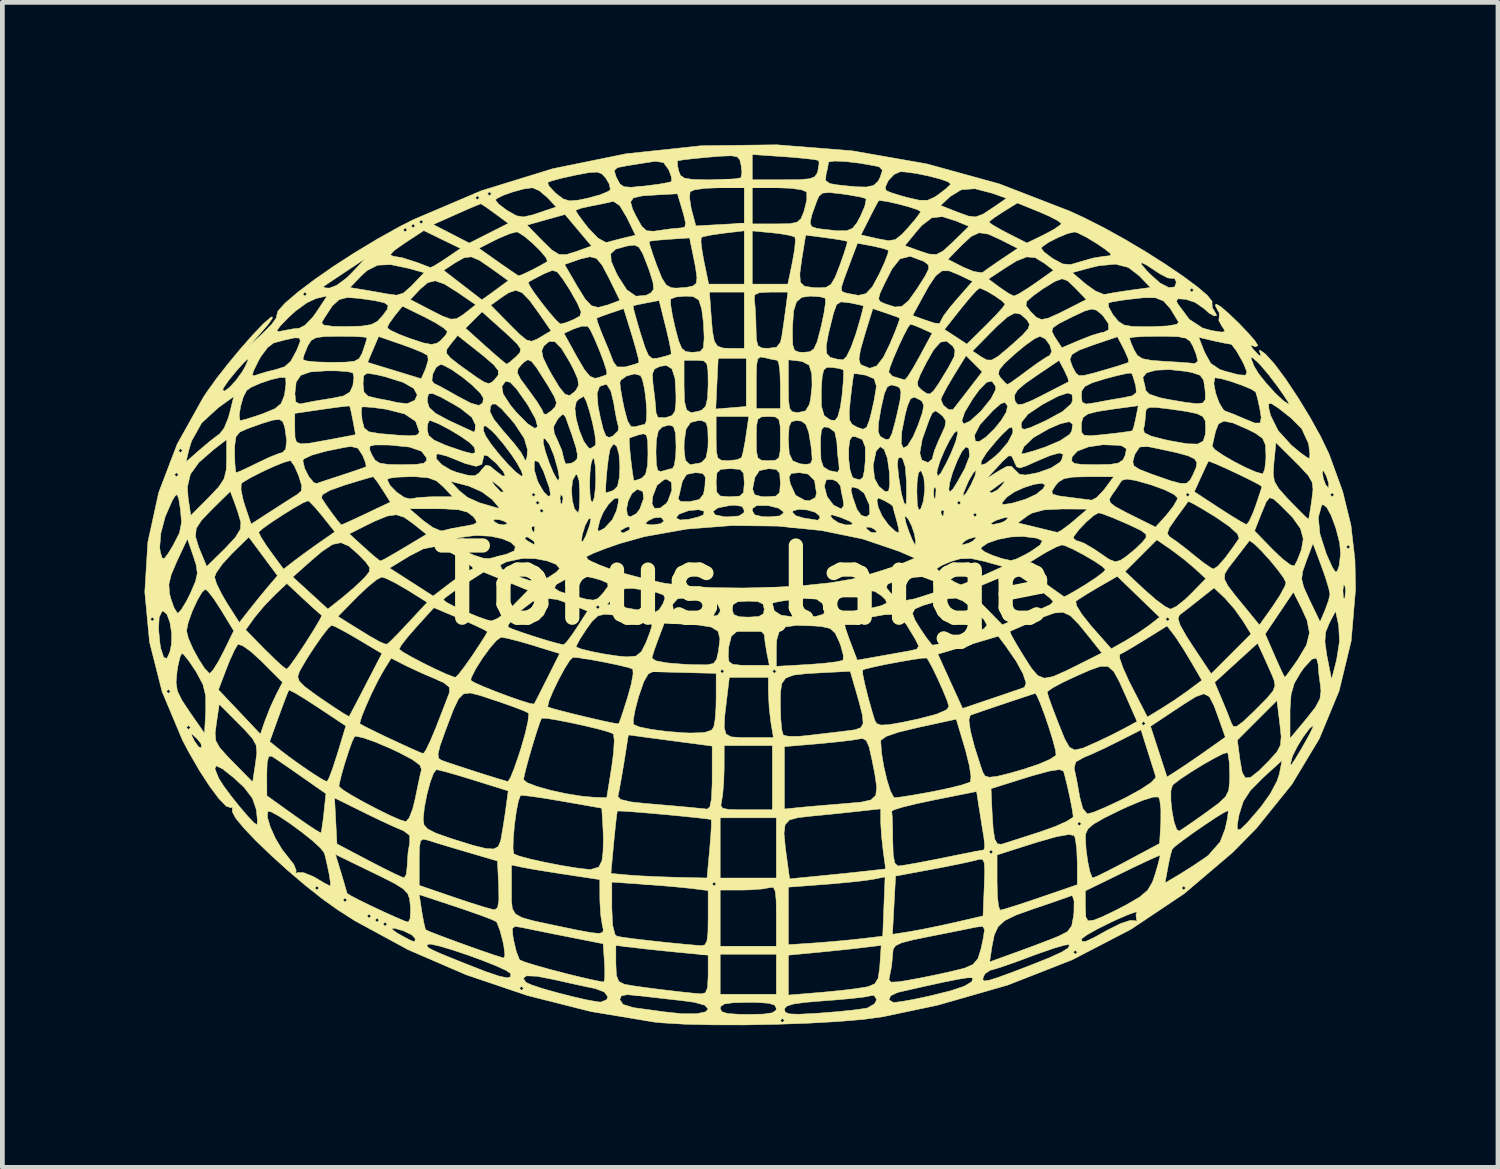
<source format=kicad_pcb>
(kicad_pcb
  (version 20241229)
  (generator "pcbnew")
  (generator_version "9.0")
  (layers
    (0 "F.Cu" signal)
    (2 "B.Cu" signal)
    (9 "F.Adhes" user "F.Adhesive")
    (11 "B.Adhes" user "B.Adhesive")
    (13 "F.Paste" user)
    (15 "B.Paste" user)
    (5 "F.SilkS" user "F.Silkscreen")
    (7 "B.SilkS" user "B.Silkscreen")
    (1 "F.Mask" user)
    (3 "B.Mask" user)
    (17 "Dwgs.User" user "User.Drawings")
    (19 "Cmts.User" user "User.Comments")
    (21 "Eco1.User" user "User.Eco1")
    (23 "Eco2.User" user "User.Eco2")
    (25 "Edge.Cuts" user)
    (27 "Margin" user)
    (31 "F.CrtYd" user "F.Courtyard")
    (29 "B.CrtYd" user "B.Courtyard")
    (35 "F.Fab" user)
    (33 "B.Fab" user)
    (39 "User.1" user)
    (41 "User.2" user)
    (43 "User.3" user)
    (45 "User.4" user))
  (footprint "Torus_large"
    (layer "F.Cu")
    (at 12.653 9.294)
    (property "Reference" "Torus_large" (at 0 0 0) (layer "F.SilkS") (effects (font (size 1.524 1.524) (thickness 0.3))))
    (attr through_hole)
    (fp_poly (pts (xy 2.279 -9.162) (xy 3.85 -8.887) (xy 5.384 -8.464) (xy 6.862 -7.892) (xy 7.165 -7.753) (xy 7.582 -7.542) (xy 8.022 -7.299) (xy 8.462 -7.038) (xy 8.879 -6.773) (xy 9.251 -6.521) (xy 9.555 -6.296) (xy 9.77 -6.113) (xy 9.871 -5.987) (xy 9.869 -5.946) (xy 9.875 -5.852) (xy 9.917 -5.786) (xy 9.969 -5.691) (xy 9.919 -5.677) (xy 9.808 -5.737) (xy 9.702 -5.833) (xy 9.509 -5.966) (xy 9.314 -6.029) (xy 9.15 -6.04) (xy 9.12 -5.989) (xy 9.147 -5.932) (xy 9.389 -5.607) (xy 9.672 -5.422) (xy 9.864 -5.369) (xy 10.072 -5.337) (xy 10.144 -5.35) (xy 10.108 -5.421) (xy 10.084 -5.45) (xy 10.012 -5.583) (xy 10.02 -5.646) (xy 10.021 -5.746) (xy 9.98 -5.813) (xy 9.936 -5.907) (xy 9.962 -5.927) (xy 10.058 -5.87) (xy 10.225 -5.725) (xy 10.427 -5.532) (xy 10.622 -5.329) (xy 10.772 -5.157) (xy 10.837 -5.055) (xy 10.837 -5.051) (xy 10.781 -5.027) (xy 10.732 -5.049) (xy 10.68 -5.06) (xy 10.742 -4.969) (xy 10.856 -4.85) (xy 10.907 -4.837) (xy 10.87 -4.932) (xy 10.879 -4.959) (xy 10.983 -4.884) (xy 11.001 -4.869) (xy 11.187 -4.664) (xy 11.422 -4.348) (xy 11.68 -3.96) (xy 11.935 -3.542) (xy 12.161 -3.135) (xy 12.333 -2.777) (xy 12.347 -2.742) (xy 12.625 -1.979) (xy 12.8 -1.266) (xy 12.885 -0.534) (xy 12.898 0.085) (xy 12.805 1.182) (xy 12.551 2.233) (xy 12.134 3.241) (xy 11.554 4.205) (xy 10.81 5.127) (xy 10.309 5.638) (xy 9.284 6.51) (xy 8.156 7.265) (xy 6.917 7.908) (xy 5.56 8.44) (xy 4.079 8.865) (xy 2.921 9.109) (xy 2.519 9.164) (xy 1.986 9.209) (xy 1.363 9.244) (xy 0.689 9.268) (xy 0.002 9.281) (xy -0.658 9.28) (xy -1.252 9.266) (xy -1.741 9.237) (xy -1.905 9.22) (xy -2.107 9.186) (xy 0.762 9.186) (xy 0.804 9.229) (xy 0.847 9.186) (xy 0.804 9.144) (xy 0.762 9.186) (xy -2.107 9.186) (xy -3.239 8.998) (xy -4.573 8.661) (xy -5.023 8.509) (xy -4.741 8.509) (xy -4.699 8.551) (xy -4.657 8.509) (xy -4.699 8.467) (xy -4.741 8.509) (xy -5.023 8.509) (xy -5.647 8.297) (xy -4.662 8.297) (xy -4.607 8.381) (xy -4.494 8.434) (xy -4.263 8.511) (xy -3.96 8.597) (xy -3.633 8.681) (xy -3.329 8.751) (xy -3.096 8.793) (xy -3.027 8.799) (xy -2.902 8.748) (xy -2.901 8.747) (xy -2.625 8.747) (xy -2.557 8.849) (xy -2.343 8.914) (xy -2.265 8.926) (xy -1.982 8.964) (xy -1.736 8.998) (xy -1.693 9.004) (xy -1.31 9.045) (xy -1.007 9.045) (xy -0.815 9.005) (xy -0.762 8.943) (xy -0.772 8.932) (xy -0.508 8.932) (xy -0.473 9.001) (xy -0.348 9.041) (xy -0.101 9.057) (xy 0.085 9.059) (xy 0.407 9.052) (xy 0.591 9.025) (xy 0.669 8.972) (xy 0.672 8.957) (xy 0.847 8.957) (xy 0.87 9.016) (xy 0.959 9.048) (xy 1.144 9.055) (xy 1.455 9.04) (xy 1.63 9.028) (xy 1.999 8.998) (xy 2.322 8.964) (xy 2.548 8.933) (xy 2.603 8.921) (xy 2.752 8.834) (xy 2.791 8.751) (xy 3.053 8.751) (xy 3.14 8.803) (xy 3.179 8.805) (xy 3.323 8.787) (xy 3.579 8.741) (xy 3.893 8.674) (xy 3.92 8.668) (xy 4.359 8.559) (xy 4.645 8.463) (xy 4.794 8.373) (xy 4.817 8.325) (xy 5.032 8.325) (xy 5.063 8.353) (xy 5.164 8.339) (xy 5.359 8.278) (xy 5.669 8.164) (xy 6.011 8.033) (xy 6.427 7.868) (xy 6.692 7.747) (xy 6.943 7.747) (xy 6.985 7.789) (xy 7.027 7.747) (xy 6.985 7.705) (xy 6.943 7.747) (xy 6.692 7.747) (xy 6.696 7.745) (xy 6.836 7.657) (xy 6.86 7.596) (xy 6.853 7.587) (xy 6.761 7.597) (xy 6.548 7.658) (xy 6.251 7.76) (xy 6.051 7.833) (xy 5.713 7.959) (xy 5.43 8.057) (xy 5.243 8.115) (xy 5.195 8.125) (xy 5.084 8.196) (xy 5.047 8.261) (xy 5.032 8.325) (xy 4.817 8.325) (xy 4.826 8.305) (xy 4.797 8.285) (xy 4.697 8.288) (xy 4.507 8.318) (xy 4.209 8.378) (xy 3.783 8.471) (xy 3.239 8.595) (xy 3.09 8.665) (xy 3.053 8.751) (xy 2.791 8.751) (xy 2.794 8.744) (xy 2.738 8.657) (xy 2.671 8.665) (xy 2.537 8.691) (xy 2.278 8.722) (xy 1.935 8.753) (xy 1.697 8.771) (xy 1.296 8.804) (xy 1.038 8.839) (xy 0.898 8.884) (xy 0.848 8.943) (xy 0.847 8.957) (xy 0.672 8.957) (xy 0.677 8.932) (xy 0.642 8.863) (xy 0.517 8.824) (xy 0.27 8.807) (xy 0.085 8.805) (xy -0.237 8.813) (xy -0.422 8.84) (xy -0.499 8.893) (xy -0.508 8.932) (xy -0.772 8.932) (xy -0.834 8.864) (xy -1.056 8.803) (xy -1.291 8.771) (xy -1.657 8.73) (xy -2.028 8.688) (xy -2.223 8.664) (xy -2.47 8.643) (xy -2.591 8.666) (xy -2.625 8.741) (xy -2.625 8.747) (xy -2.901 8.747) (xy -2.879 8.685) (xy -2.954 8.586) (xy -3.142 8.514) (xy -3.154 8.512) (xy -3.38 8.465) (xy -3.699 8.395) (xy -4.005 8.326) (xy -4.374 8.254) (xy -4.595 8.245) (xy -4.662 8.297) (xy -5.647 8.297) (xy -5.87 8.222) (xy -7.094 7.693) (xy -7.244 7.611) (xy -6.696 7.611) (xy -6.671 7.647) (xy -6.576 7.701) (xy -6.386 7.785) (xy -6.074 7.912) (xy -5.884 7.988) (xy -5.461 8.153) (xy -5.173 8.251) (xy -5.002 8.287) (xy -4.928 8.265) (xy -4.93 8.197) (xy -5.017 8.135) (xy -5.223 8.04) (xy -5.507 7.926) (xy -5.829 7.808) (xy -6.148 7.701) (xy -6.422 7.619) (xy -6.613 7.576) (xy -6.676 7.579) (xy -6.696 7.611) (xy -7.244 7.611) (xy -7.9 7.255) (xy -7.438 7.255) (xy -7.332 7.337) (xy -7.218 7.402) (xy -7.037 7.499) (xy -6.96 7.524) (xy -6.943 7.489) (xy -6.943 7.459) (xy -7.014 7.381) (xy -7.186 7.298) (xy -7.197 7.294) (xy -7.393 7.238) (xy -7.438 7.255) (xy -7.9 7.255) (xy -8.085 7.154) (xy -7.62 7.154) (xy -7.578 7.197) (xy -7.535 7.154) (xy -7.578 7.112) (xy -7.62 7.154) (xy -8.085 7.154) (xy -8.21 7.086) (xy -8.236 7.07) (xy -7.789 7.07) (xy -7.747 7.112) (xy -7.705 7.07) (xy -7.747 7.027) (xy -7.789 7.07) (xy -8.236 7.07) (xy -8.369 6.985) (xy -7.959 6.985) (xy -7.916 7.027) (xy -7.874 6.985) (xy -7.916 6.943) (xy -7.959 6.985) (xy -8.369 6.985) (xy -8.591 6.843) (xy -8.865 6.646) (xy -8.467 6.646) (xy -8.424 6.689) (xy -8.382 6.646) (xy -8.424 6.604) (xy -8.467 6.646) (xy -8.865 6.646) (xy -8.915 6.61) (xy -9.189 6.392) (xy -9.059 6.392) (xy -9.017 6.435) (xy -8.975 6.392) (xy -9.017 6.35) (xy -9.059 6.392) (xy -9.189 6.392) (xy -9.272 6.327) (xy -9.637 6.016) (xy -9.988 5.698) (xy -10.303 5.395) (xy -10.558 5.127) (xy -10.732 4.916) (xy -10.801 4.784) (xy -10.8 4.766) (xy -10.8 4.689) (xy -10.835 4.698) (xy -10.931 4.664) (xy -11.087 4.503) (xy -11.283 4.24) (xy -11.504 3.9) (xy -11.517 3.876) (xy -11.169 3.876) (xy -11.091 4.068) (xy -11.079 4.091) (xy -10.979 4.247) (xy -10.824 4.456) (xy -10.645 4.679) (xy -10.474 4.879) (xy -10.341 5.018) (xy -10.279 5.058) (xy -10.272 4.964) (xy -10.279 4.891) (xy -10.063 4.891) (xy -10.002 5.099) (xy -9.891 5.346) (xy -9.75 5.582) (xy -9.64 5.721) (xy -9.504 5.895) (xy -9.452 6.025) (xy -9.46 6.052) (xy -9.465 6.084) (xy -9.424 6.065) (xy -9.293 6.069) (xy -9.095 6.149) (xy -9.043 6.178) (xy -8.858 6.288) (xy -8.746 6.346) (xy -8.735 6.35) (xy -8.731 6.277) (xy -8.758 6.1) (xy -8.763 6.075) (xy -8.814 5.836) (xy -8.851 5.684) (xy -8.625 5.684) (xy -8.504 6.08) (xy -8.434 6.315) (xy -8.39 6.469) (xy -8.383 6.501) (xy -8.312 6.549) (xy -8.13 6.644) (xy -7.881 6.766) (xy -7.608 6.894) (xy -7.355 7.008) (xy -7.166 7.088) (xy -7.088 7.112) (xy -7.05 7.037) (xy -7.04 6.851) (xy -7.044 6.776) (xy -7.061 6.622) (xy -7.093 6.531) (xy -6.858 6.531) (xy -6.804 6.885) (xy -6.764 7.111) (xy -6.729 7.254) (xy -6.72 7.273) (xy -6.634 7.313) (xy -6.431 7.392) (xy -6.15 7.497) (xy -5.836 7.611) (xy -5.528 7.72) (xy -5.27 7.808) (xy -5.103 7.861) (xy -5.068 7.869) (xy -5.051 7.799) (xy -5.073 7.616) (xy -5.094 7.514) (xy -5.156 7.282) (xy -5.17 7.246) (xy -4.893 7.246) (xy -4.882 7.399) (xy -4.864 7.503) (xy -4.809 7.734) (xy -4.747 7.892) (xy -4.733 7.91) (xy -4.634 7.952) (xy -4.413 8.021) (xy -4.111 8.106) (xy -3.77 8.195) (xy -3.433 8.278) (xy -3.143 8.343) (xy -2.963 8.376) (xy -2.944 8.304) (xy -2.942 8.114) (xy -2.948 7.991) (xy -2.709 7.991) (xy -2.697 8.237) (xy -2.646 8.363) (xy -2.534 8.421) (xy -2.519 8.425) (xy -2.353 8.454) (xy -2.071 8.494) (xy -1.725 8.538) (xy -1.369 8.58) (xy -1.055 8.613) (xy -0.91 8.625) (xy -0.82 8.603) (xy -0.775 8.493) (xy -0.762 8.257) (xy -0.762 8.223) (xy -0.762 7.809) (xy -0.97 7.789) (xy -0.508 7.789) (xy -0.508 8.636) (xy 0.677 8.636) (xy 0.677 7.809) (xy 0.931 7.809) (xy 0.931 8.651) (xy 1.666 8.59) (xy 2.029 8.555) (xy 2.351 8.516) (xy 2.576 8.48) (xy 2.618 8.471) (xy 2.754 8.413) (xy 2.807 8.328) (xy 3.052 8.328) (xy 3.096 8.378) (xy 3.246 8.371) (xy 3.395 8.349) (xy 3.681 8.297) (xy 4.043 8.224) (xy 4.335 8.16) (xy 4.643 8.085) (xy 4.827 8.005) (xy 4.872 7.951) (xy 5.177 7.951) (xy 5.757 7.741) (xy 6.095 7.617) (xy 6.413 7.496) (xy 6.474 7.472) (xy 7.114 7.472) (xy 7.133 7.524) (xy 7.214 7.515) (xy 7.383 7.436) (xy 7.669 7.277) (xy 7.672 7.276) (xy 7.935 7.144) (xy 8.141 7.076) (xy 8.233 7.078) (xy 8.294 7.097) (xy 8.277 7.07) (xy 8.264 6.954) (xy 8.291 6.908) (xy 8.258 6.899) (xy 8.102 6.953) (xy 7.854 7.06) (xy 7.742 7.112) (xy 7.453 7.256) (xy 7.234 7.379) (xy 7.122 7.459) (xy 7.114 7.472) (xy 6.474 7.472) (xy 6.631 7.409) (xy 6.817 7.314) (xy 6.909 7.191) (xy 6.949 6.977) (xy 6.956 6.903) (xy 6.959 6.663) (xy 6.923 6.556) (xy 6.901 6.555) (xy 6.786 6.597) (xy 6.553 6.678) (xy 6.245 6.784) (xy 6.109 6.829) (xy 5.739 6.961) (xy 5.499 7.078) (xy 5.356 7.208) (xy 5.275 7.383) (xy 5.225 7.633) (xy 5.225 7.637) (xy 5.177 7.951) (xy 4.872 7.951) (xy 4.932 7.878) (xy 4.999 7.661) (xy 5.041 7.46) (xy 5.07 7.27) (xy 5.033 7.202) (xy 4.906 7.215) (xy 4.899 7.216) (xy 4.729 7.251) (xy 4.442 7.309) (xy 4.089 7.379) (xy 3.916 7.413) (xy 3.551 7.488) (xy 3.321 7.548) (xy 3.196 7.607) (xy 3.143 7.679) (xy 3.132 7.781) (xy 3.132 7.785) (xy 3.108 8.045) (xy 3.076 8.204) (xy 3.052 8.328) (xy 2.807 8.328) (xy 2.824 8.3) (xy 2.857 8.081) (xy 2.862 8.008) (xy 2.889 7.603) (xy 2.481 7.652) (xy 2.171 7.687) (xy 1.788 7.727) (xy 1.503 7.755) (xy 0.931 7.809) (xy 0.677 7.809) (xy 0.677 7.789) (xy -0.508 7.789) (xy -0.97 7.789) (xy -1.333 7.755) (xy -1.705 7.718) (xy -2.078 7.679) (xy -2.307 7.652) (xy -2.709 7.604) (xy -2.709 7.991) (xy -2.948 7.991) (xy -2.949 7.975) (xy -2.977 7.568) (xy -3.711 7.423) (xy -4.075 7.351) (xy -4.402 7.285) (xy -4.637 7.237) (xy -4.684 7.226) (xy -4.836 7.202) (xy -4.893 7.246) (xy -5.17 7.246) (xy -5.216 7.127) (xy -5.233 7.102) (xy -5.334 7.054) (xy -5.558 6.969) (xy -5.868 6.86) (xy -6.075 6.79) (xy -6.858 6.531) (xy -7.093 6.531) (xy -7.102 6.508) (xy -7.196 6.409) (xy -7.372 6.299) (xy -7.658 6.154) (xy -7.847 6.062) (xy -8.625 5.684) (xy -8.851 5.684) (xy -8.859 5.655) (xy -8.937 5.552) (xy -9.109 5.394) (xy -9.338 5.211) (xy -9.584 5.03) (xy -9.811 4.879) (xy -9.981 4.786) (xy -10.051 4.774) (xy -10.063 4.891) (xy -10.279 4.891) (xy -10.292 4.77) (xy -10.298 4.729) (xy -10.377 4.499) (xy -10.553 4.268) (xy -10.762 4.073) (xy -11.006 3.879) (xy -11.141 3.814) (xy -11.169 3.876) (xy -11.517 3.876) (xy -11.731 3.505) (xy -11.852 3.274) (xy -11.894 3.175) (xy -11.658 3.175) (xy -11.602 3.288) (xy -11.511 3.416) (xy -11.449 3.434) (xy -11.463 3.345) (xy -11.551 3.236) (xy -11.656 3.142) (xy -11.658 3.175) (xy -11.894 3.175) (xy -11.912 3.131) (xy -11.164 3.131) (xy -11.149 3.285) (xy -11.07 3.428) (xy -10.904 3.614) (xy -10.785 3.736) (xy -10.372 4.156) (xy -10.348 3.996) (xy -10.074 3.996) (xy -10.072 4.445) (xy -9.51 4.848) (xy -9.249 5.031) (xy -9.048 5.164) (xy -8.94 5.227) (xy -8.93 5.229) (xy -8.912 5.14) (xy -8.884 4.937) (xy -8.869 4.804) (xy -8.836 4.492) (xy -8.644 4.492) (xy -8.594 5.461) (xy -7.916 5.818) (xy -7.61 5.976) (xy -7.36 6.099) (xy -7.205 6.169) (xy -7.176 6.178) (xy -7.132 6.106) (xy -7.111 5.927) (xy -7.111 5.905) (xy -7.106 5.829) (xy -6.858 5.829) (xy -6.858 6.336) (xy -6.117 6.59) (xy -5.779 6.703) (xy -5.496 6.792) (xy -5.309 6.844) (xy -5.266 6.851) (xy -5.204 6.806) (xy -5.181 6.665) (xy -4.911 6.665) (xy -4.893 6.827) (xy -4.83 6.937) (xy -4.694 7.015) (xy -4.459 7.082) (xy -4.096 7.16) (xy -3.926 7.196) (xy -3.508 7.283) (xy -3.229 7.334) (xy -3.065 7.35) (xy -2.988 7.329) (xy -2.974 7.27) (xy -2.995 7.176) (xy -3.027 6.972) (xy -3.037 6.819) (xy -2.794 6.819) (xy -2.777 7.176) (xy -2.727 7.372) (xy -2.688 7.409) (xy -2.567 7.431) (xy -2.32 7.464) (xy -1.988 7.503) (xy -1.614 7.544) (xy -1.239 7.58) (xy -0.91 7.609) (xy -0.832 7.593) (xy -0.787 7.508) (xy -0.766 7.32) (xy -0.762 7.033) (xy -0.762 6.445) (xy -0.848 6.435) (xy -0.508 6.435) (xy -0.508 7.62) (xy 0.677 7.62) (xy 0.677 6.976) (xy 0.673 6.649) (xy 0.654 6.461) (xy 0.616 6.381) (xy 0.55 6.381) (xy 0.543 6.383) (xy 0.386 6.412) (xy 0.129 6.431) (xy -0.049 6.435) (xy -0.508 6.435) (xy -0.848 6.435) (xy -1.122 6.401) (xy -1.384 6.374) (xy 0.931 6.374) (xy 0.931 7.588) (xy 1.46 7.553) (xy 1.845 7.523) (xy 2.25 7.485) (xy 2.455 7.463) (xy 2.921 7.408) (xy 2.923 7.369) (xy 3.127 7.369) (xy 3.49 7.312) (xy 3.765 7.262) (xy 4.122 7.189) (xy 4.445 7.118) (xy 5.038 6.981) (xy 5.063 6.362) (xy 5.073 6.046) (xy 5.065 5.866) (xy 5.03 5.79) (xy 4.962 5.785) (xy 4.917 5.798) (xy 4.76 5.837) (xy 4.485 5.895) (xy 4.139 5.964) (xy 3.969 5.996) (xy 3.193 6.14) (xy 3.16 6.754) (xy 3.127 7.369) (xy 2.923 7.369) (xy 2.946 6.783) (xy 2.971 6.158) (xy 2.721 6.208) (xy 2.523 6.237) (xy 2.212 6.271) (xy 1.843 6.305) (xy 1.701 6.316) (xy 0.931 6.374) (xy -1.384 6.374) (xy -1.389 6.374) (xy -1.749 6.342) (xy -2.126 6.314) (xy -2.138 6.313) (xy -2.211 6.308) (xy -0.677 6.308) (xy -0.635 6.35) (xy -0.593 6.308) (xy -0.635 6.265) (xy -0.677 6.308) (xy -2.211 6.308) (xy -2.794 6.267) (xy -2.794 6.819) (xy -3.037 6.819) (xy -3.045 6.694) (xy -3.047 6.6) (xy -3.048 6.215) (xy -3.747 6.109) (xy -3.902 6.085) (xy -2.813 6.085) (xy -2.444 6.118) (xy -2.169 6.137) (xy -1.804 6.154) (xy -1.43 6.166) (xy -0.786 6.181) (xy -0.73 5.576) (xy -0.706 5.277) (xy -0.693 5.054) (xy -0.696 4.951) (xy -0.697 4.949) (xy -0.784 4.934) (xy -0.98 4.911) (xy -0.508 4.911) (xy -0.508 6.181) (xy 0.677 6.181) (xy 0.677 5.239) (xy 0.839 5.239) (xy 0.867 5.538) (xy 0.902 5.796) (xy 0.957 6.198) (xy 1.516 6.144) (xy 1.899 6.106) (xy 2.297 6.065) (xy 2.529 6.04) (xy 2.983 5.989) (xy 2.931 5.608) (xy 2.898 5.308) (xy 2.88 5.034) (xy 2.879 4.974) (xy 2.879 4.772) (xy 3.111 4.772) (xy 3.122 4.879) (xy 3.13 5.104) (xy 3.133 5.376) (xy 3.143 5.692) (xy 3.176 5.866) (xy 3.239 5.926) (xy 3.25 5.927) (xy 3.38 5.91) (xy 3.633 5.866) (xy 3.967 5.802) (xy 4.191 5.757) (xy 4.501 5.694) (xy 5.334 5.694) (xy 5.334 6.276) (xy 5.342 6.565) (xy 5.365 6.774) (xy 5.396 6.859) (xy 5.397 6.859) (xy 5.5 6.834) (xy 5.725 6.764) (xy 6.033 6.663) (xy 6.244 6.591) (xy 6.65 6.452) (xy 7.197 6.452) (xy 7.197 6.788) (xy 7.206 7) (xy 7.25 7.083) (xy 7.358 7.074) (xy 7.387 7.066) (xy 7.56 6.996) (xy 7.82 6.872) (xy 8.068 6.743) (xy 8.345 6.581) (xy 8.511 6.439) (xy 8.539 6.392) (xy 9.229 6.392) (xy 9.271 6.435) (xy 9.313 6.392) (xy 9.271 6.35) (xy 9.229 6.392) (xy 8.539 6.392) (xy 8.602 6.286) (xy 8.878 6.286) (xy 9.202 6.093) (xy 9.478 5.919) (xy 9.746 5.737) (xy 9.789 5.706) (xy 10.04 5.42) (xy 10.144 5.151) (xy 10.164 5.062) (xy 10.401 5.062) (xy 10.408 5.164) (xy 10.474 5.15) (xy 10.614 5.014) (xy 10.84 4.752) (xy 10.912 4.665) (xy 11.101 4.4) (xy 11.242 4.133) (xy 11.29 3.988) (xy 11.331 3.778) (xy 11.523 3.778) (xy 11.539 3.796) (xy 11.615 3.688) (xy 11.762 3.443) (xy 11.807 3.365) (xy 11.928 3.146) (xy 11.998 3) (xy 12.004 2.963) (xy 11.923 3.03) (xy 11.801 3.192) (xy 11.674 3.397) (xy 11.578 3.588) (xy 11.558 3.642) (xy 11.523 3.778) (xy 11.331 3.778) (xy 11.346 3.701) (xy 10.936 4.073) (xy 10.681 4.331) (xy 10.53 4.563) (xy 10.443 4.834) (xy 10.44 4.847) (xy 10.401 5.062) (xy 10.164 5.062) (xy 10.194 4.926) (xy 10.212 4.783) (xy 10.208 4.761) (xy 10.132 4.793) (xy 9.96 4.898) (xy 9.731 5.05) (xy 9.483 5.221) (xy 9.257 5.384) (xy 9.092 5.511) (xy 9.03 5.572) (xy 8.995 5.686) (xy 8.949 5.897) (xy 8.938 5.958) (xy 8.878 6.286) (xy 8.602 6.286) (xy 8.612 6.269) (xy 8.671 6.096) (xy 8.736 5.87) (xy 8.771 5.726) (xy 8.774 5.702) (xy 8.698 5.731) (xy 8.503 5.819) (xy 8.221 5.953) (xy 7.98 6.07) (xy 7.197 6.452) (xy 6.65 6.452) (xy 7.027 6.322) (xy 7.026 5.849) (xy 7.015 5.572) (xy 6.987 5.361) (xy 6.975 5.323) (xy 7.198 5.323) (xy 7.212 5.576) (xy 7.248 5.837) (xy 7.294 6.053) (xy 7.342 6.171) (xy 7.356 6.179) (xy 7.449 6.141) (xy 7.655 6.04) (xy 7.936 5.895) (xy 8.086 5.815) (xy 8.763 5.453) (xy 8.789 5) (xy 8.79 4.733) (xy 8.767 4.541) (xy 9.001 4.541) (xy 9.027 4.779) (xy 9.07 5.002) (xy 9.124 5.156) (xy 9.177 5.191) (xy 9.289 5.118) (xy 9.496 4.975) (xy 9.75 4.795) (xy 9.755 4.791) (xy 10.008 4.605) (xy 10.153 4.469) (xy 10.221 4.333) (xy 10.24 4.149) (xy 10.242 4.015) (xy 10.235 3.759) (xy 10.212 3.58) (xy 10.195 3.534) (xy 10.11 3.556) (xy 9.928 3.648) (xy 9.688 3.783) (xy 9.435 3.939) (xy 9.209 4.088) (xy 9.054 4.207) (xy 9.036 4.224) (xy 9.002 4.338) (xy 9.001 4.541) (xy 8.767 4.541) (xy 8.766 4.535) (xy 8.74 4.472) (xy 8.632 4.473) (xy 8.404 4.544) (xy 8.087 4.676) (xy 7.93 4.749) (xy 7.586 4.919) (xy 7.369 5.044) (xy 7.251 5.146) (xy 7.204 5.248) (xy 7.198 5.323) (xy 6.975 5.323) (xy 6.963 5.286) (xy 6.851 5.263) (xy 6.592 5.308) (xy 6.184 5.424) (xy 6.117 5.445) (xy 5.334 5.694) (xy 4.501 5.694) (xy 4.543 5.686) (xy 4.823 5.63) (xy 5.165 5.63) (xy 5.207 5.673) (xy 5.249 5.63) (xy 5.207 5.588) (xy 5.165 5.63) (xy 4.823 5.63) (xy 4.83 5.629) (xy 5.012 5.595) (xy 5.056 5.588) (xy 5.073 5.515) (xy 5.057 5.337) (xy 5.053 5.313) (xy 5.008 5.038) (xy 4.96 4.73) (xy 4.954 4.697) (xy 4.902 4.356) (xy 3.996 4.537) (xy 3.633 4.614) (xy 3.343 4.685) (xy 3.16 4.742) (xy 3.111 4.772) (xy 2.879 4.772) (xy 2.879 4.722) (xy 2.434 4.771) (xy 2.1 4.807) (xy 1.7 4.848) (xy 1.418 4.875) (xy 1.134 4.907) (xy 0.954 4.956) (xy 0.862 5.056) (xy 0.839 5.239) (xy 0.677 5.239) (xy 0.677 4.911) (xy -0.508 4.911) (xy -0.98 4.911) (xy -0.998 4.909) (xy -1.299 4.878) (xy -1.645 4.845) (xy -1.996 4.814) (xy -2.311 4.788) (xy -2.55 4.771) (xy -2.671 4.767) (xy -2.678 4.768) (xy -2.692 4.853) (xy -2.716 5.065) (xy -2.746 5.362) (xy -2.753 5.435) (xy -2.813 6.085) (xy -3.902 6.085) (xy -4.104 6.054) (xy -4.423 6.002) (xy -4.646 5.962) (xy -4.678 5.956) (xy -4.911 5.907) (xy -4.911 6.427) (xy -4.911 6.665) (xy -5.181 6.665) (xy -5.177 6.644) (xy -5.182 6.34) (xy -5.182 6.34) (xy -5.207 5.822) (xy -5.842 5.636) (xy -6.173 5.538) (xy -6.462 5.451) (xy -6.652 5.391) (xy -6.668 5.386) (xy -6.773 5.361) (xy -6.83 5.398) (xy -6.853 5.533) (xy -6.858 5.799) (xy -6.858 5.829) (xy -7.106 5.829) (xy -7.094 5.646) (xy -7.059 5.441) (xy -7.058 5.284) (xy -7.186 5.185) (xy -7.221 5.171) (xy -7.399 5.095) (xy -7.674 4.968) (xy -7.99 4.816) (xy -8.039 4.791) (xy -8.644 4.492) (xy -8.836 4.492) (xy -8.826 4.401) (xy -9.046 4.248) (xy -8.551 4.248) (xy -8.481 4.312) (xy -8.299 4.427) (xy -8.045 4.57) (xy -7.762 4.719) (xy -7.489 4.854) (xy -7.268 4.952) (xy -7.139 4.991) (xy -7.139 4.991) (xy -7.106 4.956) (xy -6.773 4.956) (xy -6.755 5.063) (xy -6.677 5.148) (xy -6.509 5.233) (xy -6.218 5.336) (xy -6.117 5.369) (xy -5.719 5.493) (xy -5.451 5.559) (xy -5.285 5.568) (xy -5.263 5.556) (xy -4.879 5.556) (xy -4.862 5.67) (xy -4.86 5.672) (xy -4.749 5.718) (xy -4.515 5.781) (xy -4.207 5.849) (xy -3.869 5.915) (xy -3.548 5.968) (xy -3.29 5.999) (xy -3.24 6.002) (xy -3.069 5.949) (xy -3.002 5.816) (xy -2.979 5.62) (xy -2.973 5.336) (xy -2.979 5.165) (xy -3.006 4.708) (xy -3.85 4.56) (xy -4.205 4.5) (xy -4.493 4.458) (xy -4.676 4.438) (xy -4.722 4.44) (xy -4.765 4.554) (xy -4.809 4.777) (xy -4.847 5.055) (xy -4.872 5.333) (xy -4.879 5.556) (xy -5.263 5.556) (xy -5.193 5.519) (xy -5.145 5.411) (xy -5.132 5.355) (xy -5.092 5.124) (xy -5.046 4.827) (xy -5.033 4.733) (xy -4.98 4.343) (xy -5.698 4.119) (xy -6.028 4.018) (xy -6.298 3.941) (xy -6.466 3.899) (xy -6.496 3.895) (xy -6.556 3.97) (xy -6.627 4.162) (xy -6.696 4.42) (xy -6.749 4.693) (xy -6.773 4.931) (xy -6.773 4.956) (xy -7.106 4.956) (xy -7.071 4.917) (xy -6.995 4.722) (xy -6.943 4.508) (xy -6.884 4.221) (xy -6.834 3.989) (xy -6.81 3.892) (xy -6.843 3.8) (xy -7 3.683) (xy -7.221 3.566) (xy -6.461 3.566) (xy -6.447 3.657) (xy -6.392 3.695) (xy -6.228 3.753) (xy -5.975 3.837) (xy -5.679 3.933) (xy -5.387 4.026) (xy -5.146 4.1) (xy -5.003 4.141) (xy -4.984 4.145) (xy -4.959 4.105) (xy -4.657 4.105) (xy -4.58 4.17) (xy -4.377 4.248) (xy -4.09 4.329) (xy -3.761 4.401) (xy -3.432 4.454) (xy -3.165 4.478) (xy -2.902 4.487) (xy -2.897 4.459) (xy -2.667 4.459) (xy -2.608 4.524) (xy -2.385 4.576) (xy -2.09 4.608) (xy -1.559 4.653) (xy -1.135 4.691) (xy -0.845 4.72) (xy -0.783 4.728) (xy -0.726 4.682) (xy -0.72 4.652) (xy -0.494 4.652) (xy -0.456 4.709) (xy -0.326 4.735) (xy -0.072 4.741) (xy 0.032 4.741) (xy 0.593 4.741) (xy 0.593 3.409) (xy 0.847 3.409) (xy 0.847 4.725) (xy 1.164 4.693) (xy 1.408 4.67) (xy 1.749 4.641) (xy 2.116 4.611) (xy 2.138 4.609) (xy 2.465 4.58) (xy 2.67 4.535) (xy 2.774 4.44) (xy 2.795 4.265) (xy 2.753 3.978) (xy 2.696 3.691) (xy 2.635 3.419) (xy 2.582 3.295) (xy 2.879 3.295) (xy 2.897 3.545) (xy 2.946 3.836) (xy 3.013 4.12) (xy 3.085 4.349) (xy 3.153 4.476) (xy 3.174 4.487) (xy 3.304 4.472) (xy 3.553 4.433) (xy 3.876 4.376) (xy 3.991 4.354) (xy 4.27 4.296) (xy 5.207 4.296) (xy 5.229 4.794) (xy 5.252 5.15) (xy 5.286 5.363) (xy 5.342 5.46) (xy 5.425 5.469) (xy 5.437 5.466) (xy 5.563 5.426) (xy 5.806 5.348) (xy 6.121 5.246) (xy 6.244 5.207) (xy 6.558 5.095) (xy 6.687 5.038) (xy 7.027 5.038) (xy 7.07 5.08) (xy 7.112 5.038) (xy 7.07 4.995) (xy 7.027 5.038) (xy 6.687 5.038) (xy 6.798 4.989) (xy 6.928 4.906) (xy 6.941 4.883) (xy 6.921 4.741) (xy 6.875 4.504) (xy 6.817 4.239) (xy 6.761 4.014) (xy 6.735 3.924) (xy 6.65 3.893) (xy 6.434 3.926) (xy 6.075 4.024) (xy 5.954 4.061) (xy 5.207 4.296) (xy 4.27 4.296) (xy 4.323 4.285) (xy 4.59 4.218) (xy 4.75 4.164) (xy 4.772 4.15) (xy 4.784 4.04) (xy 4.75 3.814) (xy 4.676 3.514) (xy 4.659 3.455) (xy 4.477 2.844) (xy 4.74 2.844) (xy 4.771 3.074) (xy 4.859 3.416) (xy 4.997 3.847) (xy 5.037 3.958) (xy 5.081 4.028) (xy 5.171 4.055) (xy 5.336 4.036) (xy 5.607 3.969) (xy 5.914 3.88) (xy 5.981 3.857) (xy 6.961 3.857) (xy 6.972 3.917) (xy 7.016 4.122) (xy 7.065 4.395) (xy 7.076 4.466) (xy 7.142 4.713) (xy 7.232 4.823) (xy 7.252 4.826) (xy 7.377 4.79) (xy 7.61 4.693) (xy 7.91 4.553) (xy 8.043 4.488) (xy 8.365 4.312) (xy 8.586 4.165) (xy 8.681 4.062) (xy 8.682 4.043) (xy 8.639 3.906) (xy 8.565 3.671) (xy 8.51 3.497) (xy 8.371 3.056) (xy 7.89 3.3) (xy 7.592 3.447) (xy 7.317 3.573) (xy 7.167 3.636) (xy 6.997 3.73) (xy 6.961 3.857) (xy 5.981 3.857) (xy 6.217 3.778) (xy 6.451 3.677) (xy 6.572 3.596) (xy 6.578 3.586) (xy 6.566 3.479) (xy 6.51 3.269) (xy 6.427 3.001) (xy 6.332 2.723) (xy 6.24 2.481) (xy 6.169 2.322) (xy 6.14 2.286) (xy 6.06 2.311) (xy 5.866 2.375) (xy 5.602 2.463) (xy 5.313 2.56) (xy 5.045 2.651) (xy 4.843 2.721) (xy 4.77 2.747) (xy 4.74 2.844) (xy 4.477 2.844) (xy 4.473 2.83) (xy 3.676 3.003) (xy 3.256 3.104) (xy 2.996 3.193) (xy 2.885 3.273) (xy 2.879 3.295) (xy 2.582 3.295) (xy 2.575 3.28) (xy 2.497 3.238) (xy 2.421 3.248) (xy 2.256 3.275) (xy 1.975 3.308) (xy 1.633 3.342) (xy 1.545 3.35) (xy 0.847 3.409) (xy 0.593 3.409) (xy 0.593 3.387) (xy -0.423 3.387) (xy -0.424 3.873) (xy -0.434 4.178) (xy -0.457 4.439) (xy -0.477 4.551) (xy -0.494 4.652) (xy -0.72 4.652) (xy -0.692 4.512) (xy -0.678 4.2) (xy -0.677 4.069) (xy -0.677 3.397) (xy -1.079 3.344) (xy -1.408 3.301) (xy -1.787 3.25) (xy -1.963 3.227) (xy -2.445 3.162) (xy -2.54 3.761) (xy -2.592 4.071) (xy -2.637 4.321) (xy -2.666 4.456) (xy -2.667 4.459) (xy -2.897 4.459) (xy -2.798 3.843) (xy -2.757 3.529) (xy -2.743 3.282) (xy -2.758 3.147) (xy -2.765 3.137) (xy -2.871 3.096) (xy -3.09 3.035) (xy -3.376 2.967) (xy -3.684 2.9) (xy -3.967 2.845) (xy -4.179 2.811) (xy -4.274 2.809) (xy -4.275 2.809) (xy -4.316 2.907) (xy -4.386 3.117) (xy -4.47 3.39) (xy -4.553 3.676) (xy -4.619 3.923) (xy -4.654 4.082) (xy -4.657 4.105) (xy -4.959 4.105) (xy -4.937 4.072) (xy -4.856 3.873) (xy -4.756 3.585) (xy -4.713 3.451) (xy -4.621 3.131) (xy -4.563 2.874) (xy -4.547 2.722) (xy -4.554 2.7) (xy -4.658 2.65) (xy -4.881 2.565) (xy -4.889 2.562) (xy -4.147 2.562) (xy -4.143 2.571) (xy -4.052 2.603) (xy -3.844 2.659) (xy -3.565 2.729) (xy -3.261 2.802) (xy -2.977 2.867) (xy -2.759 2.912) (xy -2.652 2.928) (xy -2.649 2.927) (xy -2.617 2.846) (xy -2.341 2.846) (xy -2.336 2.942) (xy -2.207 2.995) (xy -1.956 3.046) (xy -1.628 3.089) (xy -1.269 3.117) (xy -1.131 3.122) (xy -0.847 3.113) (xy -0.694 3.064) (xy -0.653 3.011) (xy -0.423 3.011) (xy -0.383 3.145) (xy -0.275 3.203) (xy -0.08 3.217) (xy 0.096 3.217) (xy 0.615 3.217) (xy 0.562 2.9) (xy 0.525 2.583) (xy 0.523 2.533) (xy 0.762 2.533) (xy 0.771 2.831) (xy 0.793 3.059) (xy 0.824 3.166) (xy 0.937 3.192) (xy 1.158 3.191) (xy 1.311 3.177) (xy 1.668 3.135) (xy 2.043 3.091) (xy 2.143 3.079) (xy 2.338 3.053) (xy 2.458 3.01) (xy 2.508 2.92) (xy 2.495 2.752) (xy 2.425 2.475) (xy 2.335 2.161) (xy 2.236 1.82) (xy 1.732 1.845) (xy 1.316 1.868) (xy 1.04 1.9) (xy 0.875 1.963) (xy 0.793 2.076) (xy 0.765 2.261) (xy 0.762 2.533) (xy 0.523 2.533) (xy 0.509 2.266) (xy 0.509 2.265) (xy 0.508 1.947) (xy -0.315 1.947) (xy -0.368 2.392) (xy -0.413 2.77) (xy -0.423 3.011) (xy -0.653 3.011) (xy -0.644 2.999) (xy -0.616 2.844) (xy -0.597 2.585) (xy -0.593 2.364) (xy -0.593 1.863) (xy -1.185 1.849) (xy -1.505 1.84) (xy -1.771 1.833) (xy -1.924 1.827) (xy -2.023 1.873) (xy -2.119 2.037) (xy -2.225 2.343) (xy -2.229 2.355) (xy -2.303 2.634) (xy -2.341 2.846) (xy -2.617 2.846) (xy -2.616 2.845) (xy -2.549 2.645) (xy -2.462 2.37) (xy -2.461 2.368) (xy -2.384 2.087) (xy -2.345 1.872) (xy -2.349 1.82) (xy -0.508 1.82) (xy -0.466 1.863) (xy -0.423 1.82) (xy 0.593 1.82) (xy 0.635 1.863) (xy 0.677 1.82) (xy 0.65 1.793) (xy 2.497 1.793) (xy 2.501 1.885) (xy 2.545 2.095) (xy 2.616 2.378) (xy 2.704 2.692) (xy 2.755 2.857) (xy 2.796 2.924) (xy 2.886 2.954) (xy 3.055 2.945) (xy 3.332 2.897) (xy 3.681 2.823) (xy 4.052 2.726) (xy 4.265 2.634) (xy 4.318 2.566) (xy 4.284 2.448) (xy 4.197 2.235) (xy 4.084 1.981) (xy 3.969 1.743) (xy 3.877 1.576) (xy 3.851 1.54) (xy 3.764 1.542) (xy 3.56 1.571) (xy 3.288 1.618) (xy 2.997 1.672) (xy 2.736 1.727) (xy 2.553 1.772) (xy 2.497 1.793) (xy 0.65 1.793) (xy 0.635 1.778) (xy 0.593 1.82) (xy -0.423 1.82) (xy -0.466 1.778) (xy -0.508 1.82) (xy -2.349 1.82) (xy -2.352 1.772) (xy -2.456 1.736) (xy -2.673 1.685) (xy -2.952 1.627) (xy -3.238 1.574) (xy -3.442 1.542) (xy -1.947 1.542) (xy -1.866 1.598) (xy -1.632 1.642) (xy -1.263 1.672) (xy -1.041 1.681) (xy -0.783 1.683) (xy -0.646 1.653) (xy -0.582 1.563) (xy -0.569 1.503) (xy -0.338 1.503) (xy -0.322 1.615) (xy -0.244 1.672) (xy -0.062 1.692) (xy 0.095 1.693) (xy 0.529 1.693) (xy 0.476 1.429) (xy 0.459 1.325) (xy 0.677 1.325) (xy 0.677 1.715) (xy 1.355 1.676) (xy 1.678 1.651) (xy 1.932 1.621) (xy 2.072 1.591) (xy 2.085 1.584) (xy 2.09 1.48) (xy 2.037 1.284) (xy 2.01 1.21) (xy 1.919 1.015) (xy 1.811 0.916) (xy 1.626 0.874) (xy 1.476 0.863) (xy 1.103 0.85) (xy 0.866 0.884) (xy 0.737 0.982) (xy 0.684 1.16) (xy 0.677 1.325) (xy 0.459 1.325) (xy 0.439 1.205) (xy 0.423 1.048) (xy 0.349 0.962) (xy 0.12 0.932) (xy 0.095 0.931) (xy -0.138 0.963) (xy -0.272 1.078) (xy -0.329 1.309) (xy -0.338 1.503) (xy -0.569 1.503) (xy -0.545 1.398) (xy -0.513 1.136) (xy -0.554 0.974) (xy -0.698 0.886) (xy -0.971 0.843) (xy -1.134 0.833) (xy -1.687 0.804) (xy -0.423 0.804) (xy -0.381 0.847) (xy -0.367 0.832) (xy 2.117 0.832) (xy 2.144 0.936) (xy 2.214 1.137) (xy 2.251 1.234) (xy 2.384 1.584) (xy 2.78 1.514) (xy 3.089 1.459) (xy 3.097 1.458) (xy 4.086 1.458) (xy 4.346 2.03) (xy 4.607 2.603) (xy 5.203 2.401) (xy 5.509 2.298) (xy 5.621 2.259) (xy 6.393 2.259) (xy 6.422 2.366) (xy 6.501 2.586) (xy 6.612 2.875) (xy 6.636 2.936) (xy 6.762 3.247) (xy 6.861 3.422) (xy 6.975 3.48) (xy 7.151 3.439) (xy 7.43 3.315) (xy 7.493 3.286) (xy 7.755 3.161) (xy 8.018 3.025) (xy 8.102 2.98) (xy 8.572 2.98) (xy 8.746 3.514) (xy 8.92 4.049) (xy 9.138 3.91) (xy 9.332 3.781) (xy 9.592 3.603) (xy 9.753 3.49) (xy 10.061 3.272) (xy 10.404 3.272) (xy 10.462 3.707) (xy 10.506 3.953) (xy 10.573 4.069) (xy 10.684 4.057) (xy 10.862 3.916) (xy 11.077 3.7) (xy 11.236 3.524) (xy 11.313 3.379) (xy 11.328 3.199) (xy 11.299 2.921) (xy 11.272 2.702) (xy 11.515 2.702) (xy 11.515 3.236) (xy 11.859 2.824) (xy 12.051 2.579) (xy 12.146 2.4) (xy 12.168 2.233) (xy 12.156 2.117) (xy 12.123 1.872) (xy 12.108 1.68) (xy 12.108 1.672) (xy 12.074 1.541) (xy 11.975 1.565) (xy 11.813 1.742) (xy 11.738 1.846) (xy 11.605 2.073) (xy 11.537 2.308) (xy 11.515 2.622) (xy 11.515 2.702) (xy 11.272 2.702) (xy 11.239 2.437) (xy 10.821 2.854) (xy 10.404 3.272) (xy 10.061 3.272) (xy 10.15 3.209) (xy 10.033 2.879) (xy 9.912 2.545) (xy 9.814 2.355) (xy 9.699 2.295) (xy 9.529 2.354) (xy 9.266 2.519) (xy 9.153 2.594) (xy 8.572 2.98) (xy 8.102 2.98) (xy 8.21 2.921) (xy 8.382 2.921) (xy 8.424 2.963) (xy 8.467 2.921) (xy 8.424 2.879) (xy 8.382 2.921) (xy 8.21 2.921) (xy 8.288 2.879) (xy 8.076 2.399) (xy 7.916 2.042) (xy 7.795 1.821) (xy 7.673 1.717) (xy 7.516 1.715) (xy 7.286 1.797) (xy 7.027 1.911) (xy 6.734 2.047) (xy 6.513 2.166) (xy 6.4 2.245) (xy 6.393 2.259) (xy 5.621 2.259) (xy 5.76 2.212) (xy 5.904 2.161) (xy 5.911 2.159) (xy 5.946 2.067) (xy 5.882 1.872) (xy 5.734 1.601) (xy 5.512 1.281) (xy 5.512 1.281) (xy 5.36 1.079) (xy 4.723 1.268) (xy 4.086 1.458) (xy 3.097 1.458) (xy 3.38 1.407) (xy 3.452 1.395) (xy 3.637 1.354) (xy 3.681 1.289) (xy 3.612 1.148) (xy 3.594 1.118) (xy 3.425 0.839) (xy 3.295 0.68) (xy 3.153 0.618) (xy 2.95 0.627) (xy 2.671 0.677) (xy 2.391 0.736) (xy 2.192 0.792) (xy 2.117 0.832) (xy -0.367 0.832) (xy -0.339 0.804) (xy -0.381 0.762) (xy -0.423 0.804) (xy -1.687 0.804) (xy -1.817 1.146) (xy -1.897 1.368) (xy -1.943 1.517) (xy -1.947 1.542) (xy -3.442 1.542) (xy -3.48 1.536) (xy -3.614 1.524) (xy -3.684 1.593) (xy -3.794 1.768) (xy -3.919 2) (xy -4.036 2.242) (xy -4.12 2.445) (xy -4.147 2.562) (xy -4.889 2.562) (xy -5.179 2.46) (xy -5.271 2.43) (xy -5.574 2.329) (xy -5.781 2.277) (xy -5.923 2.296) (xy -6.03 2.404) (xy -6.134 2.622) (xy -6.266 2.969) (xy -6.314 3.098) (xy -6.419 3.392) (xy -6.461 3.566) (xy -7.221 3.566) (xy -7.295 3.528) (xy -7.467 3.447) (xy -7.78 3.314) (xy -8.034 3.224) (xy -8.192 3.189) (xy -8.222 3.196) (xy -8.274 3.303) (xy -8.35 3.517) (xy -8.434 3.777) (xy -8.505 4.027) (xy -8.547 4.208) (xy -8.551 4.248) (xy -9.046 4.248) (xy -9.345 4.039) (xy -9.612 3.853) (xy -9.832 3.702) (xy -9.963 3.615) (xy -9.97 3.611) (xy -10.033 3.615) (xy -10.066 3.742) (xy -10.074 3.996) (xy -10.348 3.996) (xy -10.311 3.75) (xy -10.284 3.532) (xy -10.299 3.378) (xy -10.341 3.302) (xy -10.013 3.302) (xy -9.776 3.493) (xy -9.562 3.655) (xy -9.315 3.831) (xy -9.078 3.991) (xy -8.893 4.106) (xy -8.805 4.147) (xy -8.762 4.073) (xy -8.687 3.876) (xy -8.596 3.597) (xy -8.584 3.56) (xy -8.406 2.972) (xy -8.51 2.903) (xy -8.11 2.903) (xy -8.109 2.926) (xy -8.02 2.977) (xy -7.823 3.075) (xy -7.563 3.201) (xy -7.282 3.332) (xy -7.027 3.449) (xy -6.841 3.531) (xy -6.77 3.556) (xy -6.718 3.483) (xy -6.625 3.291) (xy -6.511 3.02) (xy -6.498 2.985) (xy -6.379 2.68) (xy -6.28 2.424) (xy -6.221 2.27) (xy -6.22 2.267) (xy -6.221 2.158) (xy -6.34 2.06) (xy -6.457 2.008) (xy -5.771 2.008) (xy -5.699 2.055) (xy -5.512 2.139) (xy -5.255 2.242) (xy -4.973 2.348) (xy -4.712 2.439) (xy -4.517 2.499) (xy -4.434 2.51) (xy -4.393 2.434) (xy -4.298 2.247) (xy -4.167 1.987) (xy -4.159 1.972) (xy -3.896 1.446) (xy -4.339 1.309) (xy -3.544 1.309) (xy -3.434 1.351) (xy -3.214 1.404) (xy -2.941 1.457) (xy -2.672 1.497) (xy -2.478 1.515) (xy -2.287 1.499) (xy -2.169 1.404) (xy -2.075 1.217) (xy -1.993 1.005) (xy -1.949 0.863) (xy -1.947 0.846) (xy -2.007 0.783) (xy -2.196 0.724) (xy -2.532 0.663) (xy -2.709 0.638) (xy -2.941 0.616) (xy -3.087 0.649) (xy -3.213 0.768) (xy -3.332 0.933) (xy -3.465 1.137) (xy -3.539 1.276) (xy -3.544 1.309) (xy -4.339 1.309) (xy -4.454 1.273) (xy -4.753 1.186) (xy -4.997 1.124) (xy -5.132 1.101) (xy -5.226 1.167) (xy -5.37 1.332) (xy -5.528 1.55) (xy -5.668 1.772) (xy -5.757 1.95) (xy -5.771 2.008) (xy -6.457 2.008) (xy -6.512 1.983) (xy -6.813 1.854) (xy -7.109 1.716) (xy -7.154 1.694) (xy -7.449 1.543) (xy -7.613 1.809) (xy -7.728 2.016) (xy -7.856 2.274) (xy -7.975 2.538) (xy -8.067 2.763) (xy -8.11 2.903) (xy -8.51 2.903) (xy -8.995 2.581) (xy -9.266 2.405) (xy -9.477 2.277) (xy -9.595 2.218) (xy -9.607 2.216) (xy -9.646 2.304) (xy -9.724 2.507) (xy -9.822 2.773) (xy -10.013 3.302) (xy -10.341 3.302) (xy -10.377 3.235) (xy -10.542 3.052) (xy -10.664 2.929) (xy -11.077 2.514) (xy -11.137 2.915) (xy -11.164 3.131) (xy -11.912 3.131) (xy -11.965 3.006) (xy -11.769 3.006) (xy -11.726 3.048) (xy -11.684 3.006) (xy -11.726 2.963) (xy -11.769 3.006) (xy -11.965 3.006) (xy -12.283 2.249) (xy -12.284 2.244) (xy -12.192 2.244) (xy -12.15 2.286) (xy -12.107 2.244) (xy -12.15 2.201) (xy -12.192 2.244) (xy -12.284 2.244) (xy -12.332 2.056) (xy -11.988 2.056) (xy -11.96 2.237) (xy -11.864 2.432) (xy -11.705 2.672) (xy -11.388 3.127) (xy -11.362 2.659) (xy -11.363 2.34) (xy -11.394 2.209) (xy -11.094 2.209) (xy -10.651 2.677) (xy -10.209 3.145) (xy -10.109 2.855) (xy -9.997 2.57) (xy -9.875 2.309) (xy -9.742 2.051) (xy -9.861 1.932) (xy -9.42 1.932) (xy -9.391 2.025) (xy -9.275 2.142) (xy -9.05 2.309) (xy -8.915 2.403) (xy -8.653 2.58) (xy -8.452 2.71) (xy -8.346 2.771) (xy -8.337 2.772) (xy -8.294 2.693) (xy -8.192 2.499) (xy -8.05 2.226) (xy -7.984 2.098) (xy -7.645 1.444) (xy -7.804 1.35) (xy -7.281 1.35) (xy -7.212 1.407) (xy -7.033 1.51) (xy -6.79 1.638) (xy -6.529 1.767) (xy -6.294 1.875) (xy -6.131 1.938) (xy -6.093 1.947) (xy -6.026 1.882) (xy -5.896 1.713) (xy -5.733 1.481) (xy -5.574 1.24) (xy -5.461 1.062) (xy -5.419 0.985) (xy -5.49 0.941) (xy -5.605 0.886) (xy -4.984 0.886) (xy -4.889 0.929) (xy -4.683 1.002) (xy -4.42 1.089) (xy -4.151 1.172) (xy -3.929 1.234) (xy -3.81 1.26) (xy -3.744 1.197) (xy -3.622 1.033) (xy -3.538 0.907) (xy -3.308 0.55) (xy -3.509 0.466) (xy -3.133 0.466) (xy -3.09 0.508) (xy -3.048 0.466) (xy -3.09 0.423) (xy -3.133 0.466) (xy -3.509 0.466) (xy -3.58 0.436) (xy -3.658 0.408) (xy -2.894 0.408) (xy -2.442 0.49) (xy -2.172 0.538) (xy -1.966 0.573) (xy -1.897 0.583) (xy -1.797 0.522) (xy -1.723 0.407) (xy -1.512 0.407) (xy -1.492 0.554) (xy -1.395 0.634) (xy -1.167 0.672) (xy -0.976 0.677) (xy -0.705 0.669) (xy -0.563 0.637) (xy -0.512 0.566) (xy -0.508 0.519) (xy -0.513 0.508) (xy -0.254 0.508) (xy -0.226 0.619) (xy -0.111 0.668) (xy 0.085 0.677) (xy 0.306 0.663) (xy 0.404 0.606) (xy 0.423 0.508) (xy 0.395 0.397) (xy 0.364 0.384) (xy 0.593 0.384) (xy 0.634 0.544) (xy 0.778 0.636) (xy 1.049 0.674) (xy 1.194 0.677) (xy 1.509 0.662) (xy 1.667 0.616) (xy 1.677 0.598) (xy 3.549 0.598) (xy 3.602 0.738) (xy 3.708 0.911) (xy 3.847 1.116) (xy 3.949 1.246) (xy 3.979 1.269) (xy 4.076 1.248) (xy 4.29 1.192) (xy 4.572 1.114) (xy 4.861 1.017) (xy 4.939 0.979) (xy 5.605 0.979) (xy 5.634 1.053) (xy 5.734 1.232) (xy 5.884 1.48) (xy 5.902 1.509) (xy 6.063 1.76) (xy 6.193 1.91) (xy 6.331 1.965) (xy 6.515 1.931) (xy 6.785 1.812) (xy 7.053 1.679) (xy 7.318 1.546) (xy 7.921 1.546) (xy 7.989 1.741) (xy 8.111 2.013) (xy 8.174 2.138) (xy 8.506 2.784) (xy 8.804 2.603) (xy 9.083 2.424) (xy 9.36 2.23) (xy 9.378 2.216) (xy 9.597 2.053) (xy 9.925 2.053) (xy 10.073 2.402) (xy 10.179 2.657) (xy 10.262 2.868) (xy 10.279 2.915) (xy 10.321 2.985) (xy 10.393 2.98) (xy 10.522 2.884) (xy 10.735 2.684) (xy 10.794 2.626) (xy 11.024 2.394) (xy 11.153 2.24) (xy 11.198 2.126) (xy 11.179 2.011) (xy 11.14 1.912) (xy 11.027 1.656) (xy 10.929 1.439) (xy 10.83 1.228) (xy 9.925 2.053) (xy 9.597 2.053) (xy 9.655 2.01) (xy 9.428 1.619) (xy 9.269 1.356) (xy 9.12 1.127) (xy 9.061 1.045) (xy 8.921 0.863) (xy 8.461 1.149) (xy 8.21 1.302) (xy 8.013 1.417) (xy 7.921 1.464) (xy 7.921 1.546) (xy 7.318 1.546) (xy 7.544 1.432) (xy 7.295 1.118) (xy 7.056 0.824) (xy 6.88 0.647) (xy 6.724 0.574) (xy 6.544 0.589) (xy 6.3 0.678) (xy 6.171 0.732) (xy 5.899 0.849) (xy 5.696 0.937) (xy 5.606 0.978) (xy 5.605 0.979) (xy 4.939 0.979) (xy 5.057 0.921) (xy 5.122 0.848) (xy 5.061 0.734) (xy 4.906 0.569) (xy 4.808 0.484) (xy 4.612 0.335) (xy 4.464 0.275) (xy 4.286 0.29) (xy 4.089 0.339) (xy 3.772 0.429) (xy 3.599 0.505) (xy 3.549 0.598) (xy 1.677 0.598) (xy 1.692 0.572) (xy 1.654 0.391) (xy 1.527 0.298) (xy 1.284 0.279) (xy 1.07 0.299) (xy 0.812 0.335) (xy 0.639 0.367) (xy 0.593 0.384) (xy 0.364 0.384) (xy 0.28 0.348) (xy 0.085 0.339) (xy -0.137 0.353) (xy -0.235 0.41) (xy -0.254 0.508) (xy -0.513 0.508) (xy -0.576 0.382) (xy -0.773 0.307) (xy -1.024 0.275) (xy 1.839 0.275) (xy 1.883 0.393) (xy 1.884 0.393) (xy 1.957 0.517) (xy 2.064 0.566) (xy 2.259 0.556) (xy 2.364 0.542) (xy 2.635 0.495) (xy 2.763 0.466) (xy 3.217 0.466) (xy 3.26 0.508) (xy 3.302 0.466) (xy 3.26 0.423) (xy 3.217 0.466) (xy 2.763 0.466) (xy 2.853 0.445) (xy 2.905 0.429) (xy 3.005 0.379) (xy 2.982 0.311) (xy 2.89 0.222) (xy 2.757 0.135) (xy 2.582 0.104) (xy 2.308 0.123) (xy 2.256 0.129) (xy 1.993 0.166) (xy 1.864 0.207) (xy 1.839 0.275) (xy -1.024 0.275) (xy -1.161 0.257) (xy -1.408 0.291) (xy -1.512 0.407) (xy -1.723 0.407) (xy -1.715 0.394) (xy -1.673 0.278) (xy -1.704 0.208) (xy -1.84 0.16) (xy -2.081 0.112) (xy -2.352 0.07) (xy -2.517 0.076) (xy -2.635 0.14) (xy -2.716 0.219) (xy -2.894 0.408) (xy -3.658 0.408) (xy -3.949 0.304) (xy -4.228 0.273) (xy -4.465 0.347) (xy -4.708 0.532) (xy -4.711 0.534) (xy -4.884 0.71) (xy -4.979 0.842) (xy -4.984 0.886) (xy -5.605 0.886) (xy -5.68 0.85) (xy -5.947 0.732) (xy -5.983 0.717) (xy -6.548 0.477) (xy -6.915 0.882) (xy -7.104 1.099) (xy -7.236 1.269) (xy -7.281 1.35) (xy -7.804 1.35) (xy -8.146 1.146) (xy -8.405 0.996) (xy -8.606 0.889) (xy -8.705 0.847) (xy -8.706 0.847) (xy -8.779 0.912) (xy -8.91 1.081) (xy -9.07 1.31) (xy -9.23 1.557) (xy -9.361 1.781) (xy -9.388 1.832) (xy -9.42 1.932) (xy -9.861 1.932) (xy -10.177 1.616) (xy -10.401 1.41) (xy -10.58 1.281) (xy -10.681 1.25) (xy -10.685 1.253) (xy -10.754 1.369) (xy -10.854 1.587) (xy -10.926 1.768) (xy -11.094 2.209) (xy -11.394 2.209) (xy -11.422 2.095) (xy -11.563 1.832) (xy -11.574 1.815) (xy -11.716 1.604) (xy -11.826 1.468) (xy -11.863 1.439) (xy -11.904 1.515) (xy -11.949 1.706) (xy -11.968 1.828) (xy -11.988 2.056) (xy -12.332 2.056) (xy -12.548 1.203) (xy -12.575 0.922) (xy -12.358 0.922) (xy -12.328 1.236) (xy -12.309 1.343) (xy -12.248 1.527) (xy -12.181 1.548) (xy -12.118 1.409) (xy -12.086 1.25) (xy -12.08 1.018) (xy -12.089 0.966) (xy -11.767 0.966) (xy -11.73 1.119) (xy -11.635 1.337) (xy -11.51 1.567) (xy -11.386 1.759) (xy -11.29 1.858) (xy -11.275 1.863) (xy -11.207 1.793) (xy -11.095 1.612) (xy -10.991 1.414) (xy -10.771 0.965) (xy -10.783 0.946) (xy -10.52 0.946) (xy -10.111 1.362) (xy -9.9 1.569) (xy -9.737 1.717) (xy -9.656 1.775) (xy -9.655 1.775) (xy -9.591 1.708) (xy -9.463 1.531) (xy -9.295 1.28) (xy -9.25 1.211) (xy -9.084 0.948) (xy -8.965 0.748) (xy -8.92 0.662) (xy -8.572 0.662) (xy -8.244 0.867) (xy -7.915 1.07) (xy -7.702 1.191) (xy -7.58 1.244) (xy -7.534 1.246) (xy -7.458 1.179) (xy -7.302 1.021) (xy -7.098 0.805) (xy -7.089 0.796) (xy -6.689 0.364) (xy -6.776 0.31) (xy -6.35 0.31) (xy -6.279 0.367) (xy -6.1 0.46) (xy -5.863 0.568) (xy -5.62 0.668) (xy -5.42 0.738) (xy -5.33 0.757) (xy -5.201 0.703) (xy -5.01 0.558) (xy -4.88 0.435) (xy -4.561 0.109) (xy -4.672 0.064) (xy -4.005 0.064) (xy -3.896 0.136) (xy -3.63 0.22) (xy -3.614 0.225) (xy -3.344 0.296) (xy -3.186 0.318) (xy -3.087 0.284) (xy -2.996 0.189) (xy -2.964 0.149) (xy -2.875 0.028) (xy -2.885 -0.043) (xy -3.016 -0.101) (xy -3.157 -0.143) (xy -3.417 -0.201) (xy -3.62 -0.18) (xy -3.787 -0.112) (xy -3.966 -0.013) (xy -4.005 0.064) (xy -4.672 0.064) (xy -5.031 -0.082) (xy -5.501 -0.273) (xy -5.926 -0.001) (xy -6.151 0.15) (xy -6.305 0.264) (xy -6.35 0.31) (xy -6.776 0.31) (xy -7.118 0.097) (xy -7.365 -0.046) (xy -7.563 -0.143) (xy -7.65 -0.169) (xy -7.758 -0.113) (xy -7.941 0.036) (xy -8.161 0.244) (xy -8.163 0.246) (xy -8.572 0.662) (xy -8.92 0.662) (xy -8.913 0.648) (xy -8.913 0.642) (xy -8.981 0.585) (xy -9.136 0.446) (xy -9.293 0.301) (xy -9.651 -0.033) (xy -9.913 0.216) (xy -10.13 0.441) (xy -10.323 0.672) (xy -10.348 0.706) (xy -10.52 0.946) (xy -10.783 0.946) (xy -11.037 0.528) (xy -11.188 0.295) (xy -11.311 0.136) (xy -11.371 0.087) (xy -11.445 0.157) (xy -11.547 0.334) (xy -11.651 0.563) (xy -11.732 0.791) (xy -11.767 0.963) (xy -11.767 0.966) (xy -12.089 0.966) (xy -12.117 0.79) (xy -12.181 0.617) (xy -12.26 0.548) (xy -12.285 0.555) (xy -12.344 0.679) (xy -12.358 0.922) (xy -12.575 0.922) (xy -12.594 0.72) (xy -12.531 0.72) (xy -12.488 0.762) (xy -12.446 0.72) (xy -12.488 0.677) (xy -12.531 0.72) (xy -12.594 0.72) (xy -12.648 0.147) (xy -12.638 -0.014) (xy -12.14 -0.014) (xy -12.127 0.175) (xy -12.101 0.279) (xy -12.031 0.479) (xy -11.963 0.587) (xy -11.948 0.593) (xy -11.879 0.522) (xy -11.77 0.342) (xy -11.688 0.179) (xy -11.579 -0.073) (xy -11.558 -0.168) (xy -11.176 -0.168) (xy -11.133 -0.026) (xy -11.021 0.199) (xy -10.915 0.379) (xy -10.653 0.791) (xy -10.428 0.503) (xy -10.237 0.264) (xy -10.055 0.044) (xy -10.025 0.009) (xy -9.872 -0.17) (xy -9.525 -0.17) (xy -8.785 0.506) (xy -8.478 0.263) (xy -8.249 0.069) (xy -8.05 -0.117) (xy -8.006 -0.163) (xy -7.914 -0.276) (xy -7.903 -0.358) (xy -7.482 -0.358) (xy -7.023 -0.063) (xy -6.564 0.232) (xy -6.191 -0.054) (xy -5.968 -0.212) (xy -5.792 -0.316) (xy -5.724 -0.34) (xy -5.737 -0.381) (xy -5.789 -0.422) (xy -5.149 -0.422) (xy -5.117 -0.341) (xy -4.923 -0.239) (xy -4.814 -0.196) (xy -4.551 -0.103) (xy -4.383 -0.073) (xy -4.248 -0.102) (xy -4.133 -0.162) (xy -3.969 -0.269) (xy -3.896 -0.347) (xy -3.895 -0.35) (xy -3.97 -0.436) (xy -4.158 -0.51) (xy -4.403 -0.556) (xy -4.651 -0.563) (xy -4.717 -0.554) (xy -5.017 -0.49) (xy -5.149 -0.422) (xy -5.789 -0.422) (xy -5.867 -0.484) (xy -6.043 -0.601) (xy -6.319 -0.754) (xy -6.542 -0.809) (xy -6.77 -0.764) (xy -7.059 -0.616) (xy -7.149 -0.561) (xy -7.482 -0.358) (xy -7.903 -0.358) (xy -7.902 -0.366) (xy -7.983 -0.483) (xy -8.143 -0.648) (xy -8.341 -0.822) (xy -8.509 -0.894) (xy -8.687 -0.857) (xy -8.913 -0.706) (xy -9.144 -0.509) (xy -9.525 -0.17) (xy -9.872 -0.17) (xy -9.848 -0.197) (xy -10.151 -0.605) (xy -10.454 -1.012) (xy -10.815 -0.658) (xy -11.009 -0.446) (xy -11.14 -0.262) (xy -11.176 -0.168) (xy -11.558 -0.168) (xy -11.54 -0.25) (xy -11.565 -0.428) (xy -11.622 -0.605) (xy -11.749 -0.974) (xy -11.969 -0.505) (xy -12.091 -0.219) (xy -12.14 -0.014) (xy -12.638 -0.014) (xy -12.591 -0.791) (xy -12.334 -0.791) (xy -12.32 -0.693) (xy -12.283 -0.573) (xy -12.238 -0.558) (xy -12.158 -0.662) (xy -12.051 -0.838) (xy -11.954 -1.027) (xy -11.579 -1.027) (xy -11.514 -0.81) (xy -11.47 -0.701) (xy -11.341 -0.392) (xy -10.958 -0.768) (xy -10.736 -1.006) (xy -10.672 -1.111) (xy -10.245 -1.111) (xy -10.198 -1.013) (xy -10.08 -0.829) (xy -9.983 -0.693) (xy -9.72 -0.336) (xy -9.496 -0.51) (xy -9.278 -0.672) (xy -9.018 -0.859) (xy -8.955 -0.903) (xy -8.699 -1.08) (xy -8.331 -1.08) (xy -8.019 -0.794) (xy -7.834 -0.63) (xy -7.706 -0.526) (xy -7.674 -0.508) (xy -7.59 -0.548) (xy -7.403 -0.654) (xy -7.173 -0.79) (xy -6.92 -0.942) (xy -6.18 -0.942) (xy -6.107 -0.848) (xy -5.93 -0.736) (xy -5.709 -0.632) (xy -5.5 -0.565) (xy -5.376 -0.559) (xy -5.234 -0.596) (xy -3.331 -0.596) (xy -3.297 -0.537) (xy -3.128 -0.451) (xy -2.857 -0.349) (xy -2.512 -0.24) (xy -2.125 -0.137) (xy -1.728 -0.048) (xy -1.665 -0.036) (xy -1.215 0.022) (xy -0.653 0.055) (xy -0.023 0.062) (xy 0.335 0.054) (xy 2.999 0.054) (xy 3.092 0.171) (xy 3.226 0.292) (xy 3.37 0.331) (xy 3.581 0.293) (xy 3.734 0.247) (xy 3.963 0.173) (xy 4.133 0.12) (xy 4.14 0.117) (xy 4.738 0.117) (xy 5.092 0.478) (xy 5.445 0.838) (xy 5.749 0.707) (xy 6.019 0.595) (xy 6.268 0.498) (xy 6.287 0.491) (xy 6.453 0.414) (xy 6.519 0.352) (xy 6.512 0.344) (xy 6.995 0.344) (xy 7.011 0.434) (xy 7.12 0.612) (xy 7.301 0.841) (xy 7.332 0.877) (xy 7.744 1.344) (xy 8.042 1.176) (xy 8.298 1.019) (xy 8.53 0.859) (xy 8.551 0.843) (xy 8.709 0.72) (xy 8.89 0.72) (xy 8.932 0.762) (xy 8.975 0.72) (xy 8.959 0.704) (xy 9.153 0.704) (xy 9.198 0.848) (xy 9.332 1.084) (xy 9.465 1.29) (xy 9.852 1.872) (xy 10.272 1.452) (xy 10.692 1.032) (xy 10.691 1.031) (xy 10.992 1.031) (xy 11.19 1.488) (xy 11.298 1.731) (xy 11.377 1.898) (xy 11.405 1.946) (xy 11.458 1.883) (xy 11.576 1.721) (xy 11.68 1.572) (xy 11.862 1.265) (xy 11.88 1.192) (xy 12.251 1.192) (xy 12.29 1.474) (xy 12.3 1.525) (xy 12.392 1.99) (xy 12.499 1.571) (xy 12.559 1.188) (xy 12.542 0.856) (xy 12.541 0.852) (xy 12.477 0.55) (xy 12.343 0.805) (xy 12.267 0.992) (xy 12.251 1.192) (xy 11.88 1.192) (xy 11.925 1.01) (xy 11.874 0.743) (xy 11.762 0.495) (xy 11.586 0.149) (xy 10.992 1.031) (xy 10.691 1.031) (xy 10.516 0.748) (xy 10.337 0.498) (xy 10.14 0.275) (xy 10.126 0.262) (xy 9.912 0.06) (xy 9.603 0.305) (xy 9.393 0.471) (xy 9.227 0.598) (xy 9.186 0.629) (xy 9.153 0.704) (xy 8.959 0.704) (xy 8.932 0.677) (xy 8.89 0.72) (xy 8.709 0.72) (xy 8.763 0.678) (xy 8.317 0.247) (xy 7.871 -0.184) (xy 7.471 0.046) (xy 7.233 0.187) (xy 7.054 0.301) (xy 6.995 0.344) (xy 6.512 0.344) (xy 6.455 0.278) (xy 6.287 0.144) (xy 6.101 0.011) (xy 5.682 -0.274) (xy 4.738 0.117) (xy 4.14 0.117) (xy 4.142 0.117) (xy 4.195 0.065) (xy 4.106 -0.03) (xy 4.068 -0.058) (xy 3.754 -0.176) (xy 3.37 -0.147) (xy 3.185 -0.089) (xy 3.022 -0.016) (xy 2.999 0.054) (xy 0.335 0.054) (xy 0.631 0.047) (xy 1.262 0.01) (xy 1.826 -0.049) (xy 2.278 -0.127) (xy 2.371 -0.149) (xy 2.724 -0.251) (xy 3.011 -0.341) (xy 4.064 -0.341) (xy 4.128 -0.271) (xy 4.275 -0.164) (xy 4.441 -0.062) (xy 4.56 -0.009) (xy 4.572 -0.007) (xy 4.667 -0.041) (xy 4.865 -0.125) (xy 5.036 -0.201) (xy 5.441 -0.383) (xy 5.87 -0.383) (xy 6.301 -0.072) (xy 6.527 0.091) (xy 6.69 0.206) (xy 6.751 0.247) (xy 6.827 0.21) (xy 7.005 0.108) (xy 7.195 -0.007) (xy 7.422 -0.156) (xy 7.577 -0.273) (xy 7.587 -0.285) (xy 8.035 -0.285) (xy 8.459 0.111) (xy 8.688 0.311) (xy 8.882 0.454) (xy 8.996 0.508) (xy 9.116 0.451) (xy 9.299 0.306) (xy 9.424 0.186) (xy 9.726 -0.124) (xy 10.132 -0.124) (xy 10.204 0.015) (xy 10.36 0.219) (xy 10.578 0.485) (xy 10.87 0.843) (xy 11.15 0.449) (xy 11.303 0.216) (xy 11.405 0.028) (xy 11.43 -0.049) (xy 11.393 -0.127) (xy 11.761 -0.127) (xy 11.803 0.041) (xy 11.913 0.285) (xy 11.932 0.324) (xy 12.149 0.775) (xy 12.251 0.536) (xy 12.326 0.332) (xy 12.358 0.194) (xy 12.344 0.127) (xy 12.632 0.127) (xy 12.641 0.272) (xy 12.667 0.284) (xy 12.671 0.277) (xy 12.688 0.109) (xy 12.674 0.023) (xy 12.647 -0.012) (xy 12.632 0.101) (xy 12.632 0.127) (xy 12.344 0.127) (xy 12.331 0.064) (xy 12.26 -0.168) (xy 12.18 -0.393) (xy 11.999 -0.878) (xy 11.857 -0.502) (xy 11.781 -0.285) (xy 11.761 -0.127) (xy 11.393 -0.127) (xy 11.381 -0.152) (xy 11.255 -0.324) (xy 11.088 -0.527) (xy 10.911 -0.722) (xy 10.759 -0.87) (xy 10.666 -0.935) (xy 10.654 -0.931) (xy 10.589 -0.846) (xy 10.455 -0.671) (xy 10.342 -0.525) (xy 10.211 -0.356) (xy 10.138 -0.235) (xy 10.132 -0.124) (xy 9.726 -0.124) (xy 9.738 -0.136) (xy 9.505 -0.351) (xy 9.269 -0.55) (xy 9.008 -0.746) (xy 8.988 -0.76) (xy 8.704 -0.955) (xy 8.035 -0.285) (xy 7.587 -0.285) (xy 7.62 -0.325) (xy 7.552 -0.394) (xy 7.382 -0.508) (xy 7.16 -0.638) (xy 6.937 -0.756) (xy 6.762 -0.832) (xy 6.703 -0.847) (xy 6.585 -0.805) (xy 6.381 -0.698) (xy 6.242 -0.615) (xy 5.87 -0.383) (xy 5.441 -0.383) (xy 5.457 -0.391) (xy 5.065 -0.5) (xy 4.778 -0.562) (xy 4.554 -0.554) (xy 4.369 -0.5) (xy 4.174 -0.418) (xy 4.069 -0.352) (xy 4.064 -0.341) (xy 3.011 -0.341) (xy 3.054 -0.355) (xy 3.292 -0.44) (xy 3.302 -0.444) (xy 3.598 -0.568) (xy 3.26 -0.714) (xy 3.113 -0.764) (xy 4.995 -0.764) (xy 5.067 -0.704) (xy 5.239 -0.626) (xy 5.447 -0.556) (xy 5.629 -0.517) (xy 5.63 -0.517) (xy 5.749 -0.553) (xy 5.949 -0.653) (xy 6.044 -0.708) (xy 6.241 -0.844) (xy 6.289 -0.933) (xy 6.181 -0.988) (xy 6.167 -0.99) (xy 6.943 -0.99) (xy 7.01 -0.933) (xy 7.048 -0.928) (xy 7.175 -0.88) (xy 7.378 -0.761) (xy 7.493 -0.683) (xy 7.699 -0.542) (xy 7.828 -0.492) (xy 7.937 -0.522) (xy 8.043 -0.592) (xy 8.254 -0.763) (xy 8.405 -0.91) (xy 8.478 -1.003) (xy 8.476 -1.073) (xy 8.457 -1.088) (xy 8.927 -1.088) (xy 8.974 -1.019) (xy 8.995 -1.006) (xy 9.132 -0.912) (xy 9.341 -0.751) (xy 9.482 -0.636) (xy 9.69 -0.471) (xy 9.848 -0.363) (xy 9.904 -0.339) (xy 9.992 -0.4) (xy 10.131 -0.554) (xy 10.177 -0.614) (xy 10.323 -0.814) (xy 10.427 -0.965) (xy 10.441 -0.987) (xy 10.404 -1.083) (xy 10.337 -1.143) (xy 10.767 -1.143) (xy 11.158 -0.741) (xy 11.363 -0.547) (xy 11.524 -0.426) (xy 11.605 -0.403) (xy 11.668 -0.52) (xy 11.747 -0.723) (xy 11.756 -0.75) (xy 11.794 -0.976) (xy 11.735 -1.192) (xy 11.564 -1.433) (xy 11.312 -1.687) (xy 11.171 -1.813) (xy 11.085 -1.843) (xy 11.015 -1.758) (xy 10.923 -1.539) (xy 10.9 -1.482) (xy 10.767 -1.143) (xy 10.337 -1.143) (xy 10.231 -1.239) (xy 9.941 -1.438) (xy 9.676 -1.6) (xy 9.475 -1.716) (xy 9.372 -1.764) (xy 9.366 -1.763) (xy 9.31 -1.685) (xy 9.187 -1.517) (xy 9.107 -1.407) (xy 8.967 -1.204) (xy 8.927 -1.088) (xy 8.457 -1.088) (xy 8.375 -1.149) (xy 8.151 -1.257) (xy 8.056 -1.3) (xy 7.786 -1.416) (xy 7.575 -1.497) (xy 7.477 -1.524) (xy 7.373 -1.467) (xy 7.216 -1.33) (xy 7.06 -1.167) (xy 6.957 -1.031) (xy 6.943 -0.99) (xy 6.167 -0.99) (xy 5.911 -1.022) (xy 5.879 -1.025) (xy 5.626 -1.015) (xy 5.362 -0.964) (xy 5.138 -0.887) (xy 5.009 -0.799) (xy 4.995 -0.764) (xy 3.113 -0.764) (xy 2.5 -0.972) (xy 1.632 -1.15) (xy 0.901 -1.224) (xy 2.575 -1.224) (xy 2.583 -1.184) (xy 2.673 -1.114) (xy 2.771 -1.102) (xy 2.794 -1.134) (xy 2.728 -1.188) (xy 2.663 -1.218) (xy 2.575 -1.224) (xy 0.901 -1.224) (xy 0.697 -1.244) (xy -0.265 -1.255) (xy -1.213 -1.181) (xy -2.105 -1.022) (xy -2.625 -0.876) (xy -2.934 -0.768) (xy -3.18 -0.672) (xy -3.319 -0.605) (xy -3.331 -0.596) (xy -5.234 -0.596) (xy -5.149 -0.619) (xy -5.016 -0.652) (xy -4.853 -0.722) (xy -4.83 -0.809) (xy -4.922 -0.899) (xy -5.104 -0.977) (xy -5.125 -0.982) (xy -4.632 -0.982) (xy -4.572 -0.931) (xy -4.437 -0.855) (xy -4.419 -0.884) (xy -4.44 -0.923) (xy -3.435 -0.923) (xy -3.405 -0.922) (xy -3.345 -1.032) (xy -3.29 -1.183) (xy -3.092 -1.183) (xy -3.074 -1.132) (xy -3.042 -1.149) (xy -2.612 -1.149) (xy -2.592 -1.105) (xy -2.545 -1.101) (xy -2.43 -1.162) (xy -2.414 -1.184) (xy -2.427 -1.232) (xy -2.493 -1.218) (xy -2.612 -1.149) (xy -3.042 -1.149) (xy -2.971 -1.187) (xy -2.943 -1.206) (xy -2.86 -1.296) (xy -2.089 -1.296) (xy -2 -1.273) (xy -1.926 -1.271) (xy -1.757 -1.297) (xy -1.693 -1.355) (xy -1.746 -1.417) (xy -1.438 -1.417) (xy -1.354 -1.373) (xy -1.17 -1.387) (xy -0.972 -1.436) (xy -0.862 -1.481) (xy -0.86 -1.483) (xy -0.846 -1.554) (xy -0.659 -1.554) (xy -0.615 -1.482) (xy -0.42 -1.441) (xy -0.346 -1.439) (xy -0.111 -1.458) (xy -0.01 -1.523) (xy 0 -1.571) (xy 0.169 -1.571) (xy 0.219 -1.482) (xy 0.387 -1.443) (xy 0.515 -1.439) (xy 0.749 -1.459) (xy 0.829 -1.52) (xy 0.827 -1.535) (xy 1.016 -1.535) (xy 1.089 -1.463) (xy 1.249 -1.415) (xy 1.445 -1.385) (xy 1.552 -1.367) (xy 1.596 -1.417) (xy 1.588 -1.46) (xy 1.582 -1.466) (xy 1.815 -1.466) (xy 1.864 -1.396) (xy 1.983 -1.316) (xy 2.139 -1.269) (xy 2.26 -1.271) (xy 2.286 -1.304) (xy 2.215 -1.352) (xy 2.043 -1.423) (xy 2.023 -1.43) (xy 1.853 -1.482) (xy 1.815 -1.466) (xy 1.582 -1.466) (xy 1.498 -1.535) (xy 1.33 -1.584) (xy 1.152 -1.598) (xy 1.032 -1.567) (xy 1.016 -1.535) (xy 0.827 -1.535) (xy 0.826 -1.545) (xy 0.727 -1.621) (xy 0.526 -1.672) (xy 0.48 -1.677) (xy 0.265 -1.677) (xy 0.177 -1.619) (xy 0.169 -1.571) (xy 0 -1.571) (xy -0.043 -1.659) (xy -0.198 -1.684) (xy -0.311 -1.677) (xy -0.556 -1.628) (xy -0.659 -1.554) (xy -0.846 -1.554) (xy -0.846 -1.557) (xy -0.959 -1.59) (xy -1.161 -1.571) (xy -1.179 -1.568) (xy -1.38 -1.494) (xy -1.438 -1.417) (xy -1.746 -1.417) (xy -1.756 -1.43) (xy -1.907 -1.416) (xy -2.032 -1.355) (xy -2.089 -1.296) (xy -2.86 -1.296) (xy -2.784 -1.378) (xy -2.695 -1.57) (xy -2.688 -1.603) (xy -2.484 -1.603) (xy -2.463 -1.472) (xy -2.405 -1.439) (xy -2.278 -1.506) (xy -2.204 -1.603) (xy -2.164 -1.714) (xy -1.946 -1.714) (xy -1.894 -1.62) (xy -1.774 -1.625) (xy -1.647 -1.72) (xy -1.612 -1.772) (xy -1.595 -1.817) (xy -1.394 -1.817) (xy -1.341 -1.764) (xy -1.159 -1.76) (xy -1.142 -1.762) (xy -0.948 -1.806) (xy -0.86 -1.917) (xy -0.83 -2.083) (xy -0.826 -2.159) (xy -0.593 -2.159) (xy -0.58 -1.96) (xy -0.506 -1.879) (xy -0.319 -1.863) (xy -0.296 -1.863) (xy -0.098 -1.876) (xy -0.016 -1.95) (xy -0.01 -2.026) (xy 0.176 -2.026) (xy 0.218 -1.906) (xy 0.371 -1.865) (xy 0.466 -1.863) (xy 0.664 -1.876) (xy 0.746 -1.95) (xy 0.762 -2.136) (xy 0.762 -2.159) (xy 0.753 -2.278) (xy 0.945 -2.278) (xy 0.971 -2.139) (xy 1.083 -1.895) (xy 1.274 -1.789) (xy 1.376 -1.779) (xy 1.501 -1.847) (xy 1.524 -1.94) (xy 1.503 -2.072) (xy 1.693 -2.072) (xy 1.749 -1.865) (xy 1.881 -1.689) (xy 2.04 -1.609) (xy 2.048 -1.609) (xy 2.099 -1.677) (xy 2.085 -1.799) (xy 2.044 -1.991) (xy 2.042 -2.008) (xy 2.251 -2.008) (xy 2.287 -1.86) (xy 2.377 -1.599) (xy 2.469 -1.471) (xy 2.577 -1.439) (xy 2.648 -1.493) (xy 2.64 -1.671) (xy 2.634 -1.705) (xy 2.598 -1.785) (xy 2.8 -1.785) (xy 2.828 -1.639) (xy 2.91 -1.455) (xy 3.046 -1.266) (xy 3.189 -1.131) (xy 3.263 -1.101) (xy 3.261 -1.172) (xy 3.22 -1.346) (xy 3.211 -1.375) (xy 3.197 -1.427) (xy 3.387 -1.427) (xy 3.413 -1.308) (xy 3.475 -1.127) (xy 3.546 -0.952) (xy 3.6 -0.852) (xy 3.608 -0.847) (xy 3.61 -0.864) (xy 4.589 -0.864) (xy 4.614 -0.849) (xy 4.753 -0.891) (xy 4.826 -0.931) (xy 4.894 -0.998) (xy 4.868 -1.013) (xy 4.729 -0.971) (xy 4.657 -0.931) (xy 4.589 -0.864) (xy 3.61 -0.864) (xy 3.617 -0.918) (xy 3.589 -1.079) (xy 3.534 -1.244) (xy 3.508 -1.297) (xy 5.196 -1.297) (xy 5.249 -1.277) (xy 5.408 -1.312) (xy 5.775 -1.312) (xy 6.168 -1.217) (xy 6.408 -1.158) (xy 6.572 -1.119) (xy 6.607 -1.111) (xy 6.693 -1.155) (xy 6.857 -1.278) (xy 6.946 -1.351) (xy 7.239 -1.602) (xy 6.705 -1.605) (xy 6.324 -1.586) (xy 6.068 -1.517) (xy 5.973 -1.46) (xy 5.775 -1.312) (xy 5.408 -1.312) (xy 5.43 -1.317) (xy 5.503 -1.355) (xy 5.57 -1.418) (xy 5.508 -1.426) (xy 5.351 -1.379) (xy 5.292 -1.355) (xy 5.196 -1.297) (xy 3.508 -1.297) (xy 3.464 -1.385) (xy 3.406 -1.456) (xy 3.387 -1.427) (xy 3.197 -1.427) (xy 3.17 -1.524) (xy 4.149 -1.524) (xy 4.18 -1.454) (xy 4.205 -1.468) (xy 4.207 -1.482) (xy 4.826 -1.482) (xy 4.868 -1.439) (xy 4.911 -1.482) (xy 4.868 -1.524) (xy 4.826 -1.482) (xy 4.207 -1.482) (xy 4.215 -1.568) (xy 4.205 -1.58) (xy 4.155 -1.569) (xy 4.149 -1.524) (xy 3.17 -1.524) (xy 3.158 -1.566) (xy 3.133 -1.666) (xy 3.133 -1.669) (xy 3.068 -1.717) (xy 2.952 -1.784) (xy 2.828 -1.838) (xy 2.8 -1.785) (xy 2.598 -1.785) (xy 2.53 -1.938) (xy 2.398 -2.039) (xy 2.276 -2.07) (xy 2.251 -2.008) (xy 2.042 -2.008) (xy 2.033 -2.086) (xy 1.961 -2.182) (xy 1.863 -2.226) (xy 1.733 -2.225) (xy 1.694 -2.101) (xy 1.693 -2.072) (xy 1.503 -2.072) (xy 1.483 -2.206) (xy 1.347 -2.341) (xy 1.167 -2.371) (xy 0.993 -2.356) (xy 0.945 -2.278) (xy 0.753 -2.278) (xy 0.748 -2.358) (xy 0.676 -2.44) (xy 0.518 -2.455) (xy 0.319 -2.415) (xy 0.225 -2.272) (xy 0.223 -2.265) (xy 0.176 -2.026) (xy -0.01 -2.026) (xy -0.000037 -2.136) (xy 0 -2.159) (xy -0.013 -2.358) (xy -0.087 -2.439) (xy -0.274 -2.455) (xy -0.296 -2.455) (xy -0.495 -2.442) (xy -0.576 -2.368) (xy -0.593 -2.182) (xy -0.593 -2.159) (xy -0.826 -2.159) (xy -0.82 -2.277) (xy -0.877 -2.356) (xy -1.031 -2.371) (xy -1.216 -2.334) (xy -1.305 -2.191) (xy -1.318 -2.138) (xy -1.364 -1.935) (xy -1.394 -1.817) (xy -1.595 -1.817) (xy -1.527 -2.002) (xy -1.537 -2.168) (xy -1.635 -2.234) (xy -1.686 -2.228) (xy -1.839 -2.107) (xy -1.931 -1.87) (xy -1.946 -1.714) (xy -2.164 -1.714) (xy -2.123 -1.826) (xy -2.14 -1.975) (xy -2.252 -2.018) (xy -2.261 -2.017) (xy -2.368 -1.935) (xy -2.448 -1.777) (xy -2.484 -1.603) (xy -2.688 -1.603) (xy -2.656 -1.749) (xy -2.655 -1.836) (xy -2.742 -1.825) (xy -2.863 -1.706) (xy -2.98 -1.526) (xy -3.045 -1.368) (xy -3.092 -1.183) (xy -3.29 -1.183) (xy -3.272 -1.231) (xy -3.26 -1.27) (xy -3.235 -1.407) (xy -3.282 -1.397) (xy -3.358 -1.258) (xy -3.419 -1.058) (xy -3.435 -0.923) (xy -4.44 -0.923) (xy -4.445 -0.931) (xy -4.569 -1.012) (xy -4.598 -1.015) (xy -4.632 -0.982) (xy -5.125 -0.982) (xy -5.349 -1.03) (xy -5.633 -1.045) (xy -5.736 -1.038) (xy -5.984 -1.005) (xy -6.145 -0.966) (xy -6.18 -0.942) (xy -6.92 -0.942) (xy -6.705 -1.071) (xy -6.995 -1.303) (xy -7.178 -1.431) (xy -7.342 -1.483) (xy -7.534 -1.455) (xy -7.8 -1.346) (xy -7.997 -1.249) (xy -8.331 -1.08) (xy -8.699 -1.08) (xy -8.638 -1.122) (xy -8.898 -1.45) (xy -9.057 -1.639) (xy -9.172 -1.758) (xy -9.204 -1.778) (xy -9.307 -1.736) (xy -9.498 -1.628) (xy -9.731 -1.484) (xy -9.963 -1.333) (xy -10.148 -1.202) (xy -10.241 -1.12) (xy -10.245 -1.111) (xy -10.672 -1.111) (xy -10.631 -1.179) (xy -10.621 -1.322) (xy -10.623 -1.33) (xy -10.689 -1.554) (xy -10.757 -1.746) (xy -10.844 -1.976) (xy -11.222 -1.605) (xy -11.448 -1.371) (xy -11.562 -1.196) (xy -11.579 -1.027) (xy -11.954 -1.027) (xy -11.917 -1.098) (xy -11.873 -1.321) (xy -11.895 -1.592) (xy -11.933 -1.825) (xy -11.967 -1.911) (xy -12.016 -1.87) (xy -12.071 -1.776) (xy -12.216 -1.446) (xy -12.309 -1.095) (xy -12.334 -0.791) (xy -12.591 -0.791) (xy -12.583 -0.908) (xy -12.355 -1.951) (xy -12.309 -2.072) (xy -11.749 -2.072) (xy -11.734 -1.842) (xy -11.678 -1.468) (xy -11.3 -1.846) (xy -11.142 -2.013) (xy -10.618 -2.013) (xy -10.573 -1.795) (xy -10.534 -1.67) (xy -10.404 -1.287) (xy -9.993 -1.553) (xy -9.74 -1.716) (xy -9.549 -1.837) (xy -8.919 -1.837) (xy -8.825 -1.694) (xy -8.699 -1.517) (xy -8.579 -1.358) (xy -8.506 -1.273) (xy -8.501 -1.27) (xy -8.421 -1.303) (xy -8.23 -1.39) (xy -7.974 -1.51) (xy -7.766 -1.609) (xy -7.063 -1.609) (xy -6.77 -1.358) (xy -6.571 -1.215) (xy -6.408 -1.146) (xy -6.364 -1.146) (xy -6.21 -1.185) (xy -6.207 -1.185) (xy -4.487 -1.185) (xy -4.456 -1.116) (xy -4.431 -1.129) (xy -4.421 -1.229) (xy -4.431 -1.242) (xy -4.481 -1.23) (xy -4.487 -1.185) (xy -6.207 -1.185) (xy -5.974 -1.23) (xy -5.916 -1.239) (xy -5.708 -1.279) (xy -5.641 -1.325) (xy -5.653 -1.347) (xy -5.287 -1.347) (xy -5.194 -1.289) (xy -5.067 -1.268) (xy -4.996 -1.298) (xy -4.995 -1.302) (xy -5.065 -1.347) (xy -5.165 -1.379) (xy -5.279 -1.385) (xy -5.287 -1.347) (xy -5.653 -1.347) (xy -5.688 -1.409) (xy -5.725 -1.451) (xy -5.843 -1.539) (xy -5.943 -1.566) (xy -4.318 -1.566) (xy -4.276 -1.524) (xy -4.233 -1.566) (xy -4.276 -1.609) (xy -4.318 -1.566) (xy -5.943 -1.566) (xy -6.023 -1.588) (xy -6.311 -1.607) (xy -6.466 -1.609) (xy -7.063 -1.609) (xy -7.766 -1.609) (xy -7.467 -1.75) (xy -7.636 -2.018) (xy -7.752 -2.191) (xy -7.781 -2.228) (xy -7.535 -2.228) (xy -7.474 -2.103) (xy -7.332 -1.958) (xy -7.168 -1.846) (xy -7.046 -1.818) (xy -7.046 -1.818) (xy -6.894 -1.845) (xy -6.649 -1.861) (xy -6.54 -1.863) (xy -6.151 -1.863) (xy -6.35 -2.074) (xy -6.482 -2.188) (xy -6.197 -2.188) (xy -6.011 -1.989) (xy -5.839 -1.85) (xy -5.589 -1.737) (xy -5.219 -1.629) (xy -5.171 -1.617) (xy -5.197 -1.664) (xy -5.259 -1.736) (xy -4.403 -1.736) (xy -4.36 -1.693) (xy -4.318 -1.736) (xy -4.36 -1.778) (xy -4.403 -1.736) (xy -5.259 -1.736) (xy -5.307 -1.791) (xy -5.326 -1.812) (xy -5.347 -1.827) (xy -3.888 -1.827) (xy -3.872 -1.718) (xy -3.844 -1.716) (xy -3.823 -1.83) (xy -3.837 -1.879) (xy -3.874 -1.911) (xy -3.888 -1.827) (xy -5.347 -1.827) (xy -5.452 -1.905) (xy -4.487 -1.905) (xy -4.445 -1.863) (xy -4.403 -1.905) (xy -4.445 -1.947) (xy -4.487 -1.905) (xy -5.452 -1.905) (xy -5.536 -1.967) (xy -5.807 -2.087) (xy -5.857 -2.101) (xy -6.197 -2.188) (xy -6.482 -2.188) (xy -6.495 -2.199) (xy -6.499 -2.201) (xy -5.328 -2.201) (xy -5.307 -2.157) (xy -5.26 -2.095) (xy -5.137 -1.964) (xy -5.081 -1.964) (xy -5.08 -1.979) (xy -5.138 -2.05) (xy -5.228 -2.127) (xy -5.328 -2.201) (xy -6.499 -2.201) (xy -6.669 -2.263) (xy -6.93 -2.285) (xy -7.042 -2.286) (xy -7.306 -2.277) (xy -7.485 -2.254) (xy -7.535 -2.228) (xy -7.781 -2.228) (xy -7.824 -2.282) (xy -7.831 -2.286) (xy -7.918 -2.263) (xy -8.124 -2.202) (xy -8.403 -2.117) (xy -8.418 -2.113) (xy -8.74 -1.999) (xy -8.902 -1.905) (xy -8.919 -1.837) (xy -9.549 -1.837) (xy -9.527 -1.852) (xy -9.435 -1.908) (xy -9.347 -1.984) (xy -9.337 -2.095) (xy -9.399 -2.3) (xy -9.403 -2.311) (xy -9.49 -2.51) (xy -9.566 -2.618) (xy -9.582 -2.625) (xy -9.712 -2.589) (xy -9.93 -2.501) (xy -10.183 -2.384) (xy -10.417 -2.265) (xy -10.577 -2.169) (xy -10.613 -2.137) (xy -10.618 -2.013) (xy -11.142 -2.013) (xy -11.089 -2.069) (xy -10.976 -2.242) (xy -10.93 -2.428) (xy -10.922 -2.647) (xy -10.922 -2.786) (xy -10.753 -2.786) (xy -10.746 -2.547) (xy -10.73 -2.397) (xy -10.717 -2.371) (xy -10.628 -2.406) (xy -10.436 -2.496) (xy -10.26 -2.582) (xy -10.169 -2.625) (xy -9.313 -2.625) (xy -9.275 -2.461) (xy -9.186 -2.286) (xy -9.084 -2.163) (xy -9.023 -2.143) (xy -8.897 -2.186) (xy -8.667 -2.262) (xy -8.467 -2.327) (xy -8.212 -2.412) (xy -8.033 -2.475) (xy -7.977 -2.498) (xy -7.99 -2.58) (xy -8.052 -2.736) (xy -8.128 -2.854) (xy -7.902 -2.854) (xy -7.859 -2.752) (xy -7.791 -2.636) (xy -7.69 -2.572) (xy -7.51 -2.545) (xy -7.219 -2.54) (xy -6.924 -2.546) (xy -6.763 -2.57) (xy -6.703 -2.623) (xy -6.704 -2.663) (xy -6.496 -2.663) (xy -6.38 -2.539) (xy -6.189 -2.425) (xy -6.064 -2.378) (xy -5.822 -2.314) (xy -5.685 -2.306) (xy -5.598 -2.362) (xy -5.541 -2.433) (xy -5.453 -2.529) (xy -5.365 -2.51) (xy -5.256 -2.419) (xy -5.102 -2.302) (xy -5.043 -2.301) (xy -5.082 -2.392) (xy -5.219 -2.552) (xy -5.25 -2.583) (xy -5.413 -2.724) (xy -5.49 -2.742) (xy -5.503 -2.688) (xy -5.538 -2.546) (xy -5.658 -2.505) (xy -5.885 -2.564) (xy -6.052 -2.632) (xy -6.285 -2.724) (xy -6.451 -2.766) (xy -6.496 -2.761) (xy -6.496 -2.663) (xy -6.704 -2.663) (xy -6.704 -2.684) (xy -6.808 -2.823) (xy -7.062 -2.911) (xy -7.473 -2.953) (xy -7.555 -2.955) (xy -7.794 -2.956) (xy -7.899 -2.929) (xy -7.902 -2.854) (xy -8.128 -2.854) (xy -8.15 -2.887) (xy -8.295 -2.923) (xy -8.415 -2.908) (xy -8.826 -2.824) (xy -9.125 -2.74) (xy -9.288 -2.663) (xy -9.313 -2.625) (xy -10.169 -2.625) (xy -10.011 -2.7) (xy -9.817 -2.777) (xy -9.746 -2.794) (xy -9.675 -2.867) (xy -9.656 -3.056) (xy -9.692 -3.314) (xy -9.703 -3.357) (xy -9.74 -3.451) (xy -9.808 -3.493) (xy -9.939 -3.481) (xy -10.167 -3.412) (xy -10.477 -3.301) (xy -10.643 -3.228) (xy -10.724 -3.129) (xy -10.75 -2.949) (xy -10.753 -2.786) (xy -10.922 -2.786) (xy -10.922 -3.07) (xy -11.195 -2.859) (xy -11.508 -2.586) (xy -11.686 -2.337) (xy -11.749 -2.072) (xy -12.309 -2.072) (xy -12.211 -2.328) (xy -12.023 -2.328) (xy -11.98 -2.286) (xy -11.938 -2.328) (xy -11.98 -2.371) (xy -12.023 -2.328) (xy -12.211 -2.328) (xy -12.108 -2.599) (xy -11.778 -2.599) (xy -11.482 -2.859) (xy -11.278 -3.031) (xy -11.111 -3.16) (xy -11.068 -3.189) (xy -10.975 -3.31) (xy -10.885 -3.529) (xy -10.868 -3.592) (xy -10.655 -3.592) (xy -10.643 -3.481) (xy -10.626 -3.471) (xy -10.516 -3.498) (xy -10.305 -3.565) (xy -10.156 -3.616) (xy -10.142 -3.622) (xy -9.483 -3.622) (xy -9.483 -3.293) (xy -9.479 -3.12) (xy -9.448 -3.019) (xy -9.356 -2.98) (xy -9.171 -2.993) (xy -8.86 -3.049) (xy -8.755 -3.068) (xy -8.201 -3.173) (xy -8.257 -3.471) (xy -8.295 -3.66) (xy -8.08 -3.66) (xy -8.062 -3.476) (xy -8.019 -3.314) (xy -7.92 -3.234) (xy -7.709 -3.198) (xy -7.675 -3.194) (xy -7.297 -3.162) (xy -7.056 -3.151) (xy -6.924 -3.161) (xy -6.868 -3.196) (xy -6.858 -3.243) (xy -6.871 -3.279) (xy -6.689 -3.279) (xy -6.66 -3.159) (xy -6.549 -3.061) (xy -6.323 -2.959) (xy -6.202 -2.915) (xy -5.906 -2.815) (xy -5.741 -2.775) (xy -5.677 -2.795) (xy -5.686 -2.874) (xy -5.701 -2.914) (xy -5.791 -3.005) (xy -5.981 -3.138) (xy -6.217 -3.28) (xy -6.445 -3.4) (xy -6.612 -3.467) (xy -6.644 -3.471) (xy -6.679 -3.399) (xy -6.689 -3.279) (xy -6.871 -3.279) (xy -6.934 -3.455) (xy -7.165 -3.61) (xy -7.553 -3.709) (xy -7.555 -3.709) (xy -7.821 -3.745) (xy -8.009 -3.76) (xy -8.07 -3.755) (xy -8.08 -3.66) (xy -8.295 -3.66) (xy -8.297 -3.669) (xy -8.324 -3.774) (xy -8.326 -3.779) (xy -8.41 -3.773) (xy -8.617 -3.747) (xy -8.903 -3.707) (xy -8.911 -3.706) (xy -9.483 -3.622) (xy -10.142 -3.622) (xy -9.906 -3.719) (xy -9.773 -3.828) (xy -9.708 -3.987) (xy -9.698 -4.034) (xy -9.481 -4.034) (xy -9.463 -3.865) (xy -9.38 -3.822) (xy -9.292 -3.837) (xy -9.091 -3.877) (xy -8.814 -3.923) (xy -8.707 -3.939) (xy -8.454 -3.991) (xy -8.321 -4.071) (xy -8.258 -4.209) (xy -8.258 -4.21) (xy -8.253 -4.247) (xy -8.043 -4.247) (xy -8.043 -4.244) (xy -8.024 -4.071) (xy -7.935 -3.984) (xy -7.726 -3.934) (xy -7.497 -3.892) (xy -7.339 -3.855) (xy -7.324 -3.851) (xy -7.112 -3.827) (xy -7.007 -3.873) (xy -6.686 -3.873) (xy -6.647 -3.745) (xy -6.512 -3.623) (xy -6.252 -3.482) (xy -6.199 -3.457) (xy -5.945 -3.339) (xy -5.762 -3.255) (xy -5.694 -3.224) (xy -5.685 -3.259) (xy -5.503 -3.259) (xy -5.455 -3.143) (xy -5.332 -2.961) (xy -5.164 -2.75) (xy -4.983 -2.546) (xy -4.82 -2.384) (xy -4.705 -2.3) (xy -4.672 -2.304) (xy -4.7 -2.402) (xy -4.714 -2.428) (xy -4.43 -2.428) (xy -4.363 -2.204) (xy -4.343 -2.158) (xy -4.229 -1.964) (xy -4.135 -1.871) (xy -4.087 -1.893) (xy -4.104 -2.011) (xy -3.644 -2.011) (xy -3.629 -1.788) (xy -3.581 -1.605) (xy -3.504 -1.524) (xy -3.5 -1.524) (xy -3.484 -1.6) (xy -3.473 -1.795) (xy -3.471 -1.952) (xy -3.482 -2.138) (xy -3.262 -2.138) (xy -3.255 -1.921) (xy -3.232 -1.775) (xy -3.202 -1.745) (xy -3.164 -1.847) (xy -3.14 -2.057) (xy -2.924 -2.057) (xy -2.921 -1.952) (xy -2.918 -1.947) (xy -2.828 -1.973) (xy -2.759 -1.999) (xy -2.674 -2.084) (xy -2.633 -2.279) (xy -2.625 -2.507) (xy -2.644 -2.767) (xy -2.693 -2.932) (xy -2.758 -2.978) (xy -2.824 -2.881) (xy -2.832 -2.857) (xy -2.86 -2.717) (xy -2.888 -2.498) (xy -2.911 -2.258) (xy -2.924 -2.057) (xy -3.14 -2.057) (xy -3.139 -2.064) (xy -3.133 -2.263) (xy -3.142 -2.508) (xy -3.167 -2.655) (xy -3.194 -2.676) (xy -3.231 -2.569) (xy -3.254 -2.372) (xy -3.262 -2.138) (xy -3.482 -2.138) (xy -3.486 -2.207) (xy -3.527 -2.327) (xy -3.556 -2.328) (xy -3.621 -2.211) (xy -3.644 -2.011) (xy -4.104 -2.011) (xy -4.109 -2.04) (xy -4.111 -2.048) (xy -4.237 -2.403) (xy -4.337 -2.596) (xy -4.409 -2.625) (xy -4.43 -2.59) (xy -4.43 -2.428) (xy -4.714 -2.428) (xy -4.803 -2.588) (xy -4.895 -2.728) (xy -5.078 -2.974) (xy -5.256 -3.184) (xy -5.324 -3.252) (xy -5.452 -3.358) (xy -5.498 -3.349) (xy -5.503 -3.259) (xy -5.685 -3.259) (xy -5.677 -3.289) (xy -5.673 -3.385) (xy -5.749 -3.541) (xy -5.901 -3.661) (xy -5.366 -3.661) (xy -5.286 -3.501) (xy -5.096 -3.265) (xy -5.043 -3.206) (xy -4.849 -2.979) (xy -4.71 -2.798) (xy -4.657 -2.7) (xy -4.657 -2.7) (xy -4.621 -2.626) (xy -4.614 -2.625) (xy -4.584 -2.698) (xy -4.573 -2.857) (xy -4.614 -2.998) (xy -4.241 -2.998) (xy -4.194 -2.811) (xy -4.116 -2.583) (xy -4.028 -2.37) (xy -3.95 -2.229) (xy -3.917 -2.201) (xy -3.904 -2.272) (xy -3.931 -2.434) (xy -4.018 -2.742) (xy -4.114 -2.971) (xy -4.2 -3.085) (xy -4.238 -3.088) (xy -4.241 -2.998) (xy -4.614 -2.998) (xy -4.643 -3.096) (xy -4.845 -3.404) (xy -4.925 -3.5) (xy -5.121 -3.719) (xy -5.243 -3.819) (xy -5.317 -3.818) (xy -5.353 -3.773) (xy -5.366 -3.661) (xy -5.901 -3.661) (xy -5.983 -3.726) (xy -6.117 -3.807) (xy -6.403 -3.967) (xy -6.573 -4.041) (xy -6.658 -4.034) (xy -6.685 -3.949) (xy -6.686 -3.873) (xy -7.007 -3.873) (xy -6.952 -3.898) (xy -6.9 -4.013) (xy -6.974 -4.15) (xy -7.198 -4.277) (xy -7.324 -4.316) (xy -6.59 -4.316) (xy -6.552 -4.258) (xy -6.442 -4.204) (xy -6.237 -4.092) (xy -6.054 -3.988) (xy -5.771 -3.839) (xy -5.6 -3.79) (xy -5.519 -3.84) (xy -5.503 -3.941) (xy -5.568 -4.049) (xy -5.704 -4.183) (xy -5.114 -4.183) (xy -5.087 -4.032) (xy -4.933 -3.794) (xy -4.805 -3.641) (xy -4.569 -3.402) (xy -4.417 -3.306) (xy -4.361 -3.342) (xy -4.022 -3.342) (xy -4.009 -3.203) (xy -3.94 -3.054) (xy -3.849 -2.841) (xy -3.81 -2.674) (xy -3.81 -2.671) (xy -3.768 -2.554) (xy -3.638 -2.575) (xy -3.576 -2.611) (xy -3.529 -2.66) (xy -3.519 -2.749) (xy -3.552 -2.907) (xy -3.634 -3.162) (xy -3.771 -3.546) (xy -3.772 -3.549) (xy -3.826 -3.608) (xy -3.916 -3.526) (xy -3.943 -3.488) (xy -4.022 -3.342) (xy -4.361 -3.342) (xy -4.36 -3.343) (xy -4.404 -3.506) (xy -4.559 -3.785) (xy -4.601 -3.849) (xy -4.801 -4.133) (xy -4.94 -4.279) (xy -5.036 -4.299) (xy -5.105 -4.204) (xy -5.114 -4.183) (xy -5.704 -4.183) (xy -5.73 -4.21) (xy -5.945 -4.386) (xy -6.165 -4.541) (xy -6.345 -4.638) (xy -6.408 -4.655) (xy -6.501 -4.593) (xy -6.571 -4.454) (xy -6.59 -4.316) (xy -7.324 -4.316) (xy -7.582 -4.397) (xy -7.771 -4.441) (xy -7.957 -4.47) (xy -8.03 -4.417) (xy -8.043 -4.247) (xy -8.253 -4.247) (xy -8.236 -4.388) (xy -8.258 -4.476) (xy -8.366 -4.503) (xy -8.589 -4.519) (xy -8.822 -4.52) (xy -9.157 -4.496) (xy -9.357 -4.425) (xy -9.454 -4.282) (xy -9.481 -4.043) (xy -9.481 -4.034) (xy -9.698 -4.034) (xy -9.695 -4.048) (xy -9.669 -4.251) (xy -9.677 -4.369) (xy -9.681 -4.375) (xy -9.785 -4.381) (xy -9.982 -4.335) (xy -10.208 -4.259) (xy -10.404 -4.173) (xy -10.499 -4.106) (xy -10.57 -3.968) (xy -10.626 -3.775) (xy -10.655 -3.592) (xy -10.868 -3.592) (xy -10.86 -3.618) (xy -10.771 -3.977) (xy -11.094 -3.745) (xy -11.447 -3.422) (xy -11.661 -3.039) (xy -11.72 -2.844) (xy -11.778 -2.599) (xy -12.108 -2.599) (xy -12.017 -2.836) (xy -11.938 -2.836) (xy -11.896 -2.794) (xy -11.853 -2.836) (xy -11.896 -2.879) (xy -11.938 -2.836) (xy -12.017 -2.836) (xy -11.965 -2.973) (xy -11.412 -3.963) (xy -11.33 -4.087) (xy -11.309 -4.114) (xy -11.005 -4.114) (xy -10.964 -4.092) (xy -10.859 -4.172) (xy -10.724 -4.318) (xy -10.647 -4.425) (xy -10.379 -4.425) (xy -10.327 -4.42) (xy -10.274 -4.439) (xy -10.07 -4.502) (xy -9.887 -4.546) (xy -9.698 -4.606) (xy -9.567 -4.723) (xy -9.548 -4.759) (xy -9.313 -4.759) (xy -9.236 -4.729) (xy -9.032 -4.708) (xy -8.744 -4.699) (xy -8.722 -4.699) (xy -7.946 -4.699) (xy -7.381 -4.526) (xy -6.816 -4.353) (xy -6.721 -4.568) (xy -6.669 -4.746) (xy -6.681 -4.845) (xy -6.76 -4.89) (xy -6.282 -4.89) (xy -6.2 -4.792) (xy -6.009 -4.644) (xy -5.906 -4.569) (xy -5.645 -4.383) (xy -5.486 -4.282) (xy -5.391 -4.252) (xy -5.323 -4.281) (xy -5.266 -4.335) (xy -5.19 -4.432) (xy -5.19 -4.479) (xy -4.787 -4.479) (xy -4.724 -4.352) (xy -4.57 -4.142) (xy -4.54 -4.103) (xy -4.376 -3.874) (xy -4.264 -3.694) (xy -4.233 -3.615) (xy -4.182 -3.6) (xy -4.069 -3.678) (xy -4.019 -3.73) (xy -3.573 -3.73) (xy -3.546 -3.507) (xy -3.478 -3.257) (xy -3.387 -3.035) (xy -3.289 -2.898) (xy -3.244 -2.879) (xy -3.144 -2.946) (xy -3.133 -2.999) (xy -3.135 -3.018) (xy -2.426 -3.018) (xy -2.412 -2.829) (xy -2.387 -2.595) (xy -2.359 -2.375) (xy -2.335 -2.229) (xy -2.324 -2.201) (xy -2.235 -2.227) (xy -2.166 -2.253) (xy -2.082 -2.337) (xy -2.04 -2.529) (xy -2.032 -2.766) (xy -2.033 -2.818) (xy -1.863 -2.818) (xy -1.855 -2.552) (xy -1.826 -2.421) (xy -1.763 -2.394) (xy -1.729 -2.404) (xy -1.567 -2.45) (xy -1.517 -2.455) (xy -1.474 -2.532) (xy -1.446 -2.729) (xy -1.441 -2.872) (xy -1.27 -2.872) (xy -1.243 -2.635) (xy -1.146 -2.541) (xy -0.951 -2.571) (xy -0.896 -2.591) (xy -0.807 -2.686) (xy -0.766 -2.9) (xy -0.762 -3.057) (xy -0.77 -3.305) (xy -0.806 -3.428) (xy -0.894 -3.468) (xy -0.965 -3.471) (xy -1.131 -3.431) (xy -1.227 -3.293) (xy -1.267 -3.028) (xy -1.27 -2.872) (xy -1.441 -2.872) (xy -1.439 -2.921) (xy -1.45 -3.203) (xy -1.494 -3.346) (xy -1.591 -3.376) (xy -1.729 -3.335) (xy -1.813 -3.252) (xy -1.854 -3.061) (xy -1.863 -2.818) (xy -2.033 -2.818) (xy -2.037 -3.03) (xy -2.062 -3.16) (xy -2.125 -3.192) (xy -2.223 -3.17) (xy -2.374 -3.121) (xy -2.425 -3.101) (xy -2.426 -3.018) (xy -3.135 -3.018) (xy -3.152 -3.179) (xy -3.201 -3.421) (xy -3.266 -3.671) (xy -3.331 -3.874) (xy -3.383 -3.976) (xy -3.391 -3.979) (xy -3.49 -3.922) (xy -3.543 -3.868) (xy -3.573 -3.73) (xy -4.019 -3.73) (xy -3.987 -3.763) (xy -3.963 -3.848) (xy -4.007 -3.974) (xy -4.127 -4.182) (xy -4.216 -4.325) (xy -4.381 -4.584) (xy -4.488 -4.72) (xy -4.565 -4.754) (xy -4.642 -4.708) (xy -4.687 -4.664) (xy -4.771 -4.569) (xy -4.787 -4.479) (xy -5.19 -4.479) (xy -5.19 -4.526) (xy -5.285 -4.647) (xy -5.492 -4.826) (xy -5.606 -4.917) (xy -6.047 -5.266) (xy -6.199 -5.078) (xy -6.275 -4.973) (xy -6.282 -4.89) (xy -6.76 -4.89) (xy -6.785 -4.904) (xy -7 -4.993) (xy -7.225 -5.075) (xy -7.715 -5.244) (xy -7.831 -4.971) (xy -7.946 -4.699) (xy -8.722 -4.699) (xy -8.411 -4.703) (xy -8.226 -4.723) (xy -8.126 -4.777) (xy -8.068 -4.878) (xy -8.044 -4.944) (xy -7.984 -5.126) (xy -7.959 -5.219) (xy -7.959 -5.22) (xy -8.036 -5.234) (xy -8.24 -5.245) (xy -8.526 -5.249) (xy -8.538 -5.249) (xy -8.848 -5.244) (xy -9.033 -5.22) (xy -9.137 -5.162) (xy -9.204 -5.057) (xy -9.215 -5.034) (xy -9.287 -4.856) (xy -9.313 -4.759) (xy -9.548 -4.759) (xy -9.448 -4.944) (xy -9.416 -5.018) (xy -9.368 -5.146) (xy -9.383 -5.211) (xy -9.488 -5.216) (xy -9.71 -5.167) (xy -9.929 -5.108) (xy -10.056 -5.012) (xy -10.201 -4.818) (xy -10.254 -4.723) (xy -10.355 -4.516) (xy -10.379 -4.425) (xy -10.647 -4.425) (xy -10.595 -4.496) (xy -10.528 -4.614) (xy -10.469 -4.747) (xy -10.479 -4.77) (xy -10.574 -4.676) (xy -10.705 -4.53) (xy -10.873 -4.326) (xy -10.982 -4.169) (xy -11.005 -4.114) (xy -11.309 -4.114) (xy -11.124 -4.372) (xy -10.876 -4.687) (xy -10.613 -5.003) (xy -10.361 -5.288) (xy -10.147 -5.511) (xy -9.998 -5.642) (xy -9.962 -5.662) (xy -9.957 -5.626) (xy -10.048 -5.497) (xy -10.16 -5.366) (xy -10.456 -5.038) (xy -10.142 -5.326) (xy -10.099 -5.37) (xy -9.862 -5.37) (xy -9.828 -5.347) (xy -9.737 -5.365) (xy -9.518 -5.406) (xy -9.388 -5.418) (xy -9.367 -5.429) (xy -7.535 -5.429) (xy -7.462 -5.374) (xy -7.272 -5.286) (xy -7.048 -5.201) (xy -6.769 -5.109) (xy -6.597 -5.077) (xy -6.484 -5.103) (xy -6.413 -5.152) (xy -6.296 -5.278) (xy -6.265 -5.348) (xy -6.334 -5.419) (xy -5.88 -5.419) (xy -5.459 -5.041) (xy -5.243 -4.85) (xy -5.082 -4.713) (xy -5.013 -4.66) (xy -4.941 -4.708) (xy -4.819 -4.815) (xy -4.735 -4.902) (xy -4.726 -4.942) (xy -4.273 -4.942) (xy -4.244 -4.797) (xy -4.133 -4.568) (xy -4.066 -4.448) (xy -3.898 -4.169) (xy -3.779 -4.025) (xy -3.684 -3.999) (xy -3.622 -4.046) (xy -3.105 -4.046) (xy -3.085 -3.779) (xy -3.041 -3.555) (xy -2.975 -3.283) (xy -2.918 -3.146) (xy -2.849 -3.114) (xy -2.771 -3.145) (xy -2.661 -3.257) (xy -2.654 -3.34) (xy -2.691 -3.486) (xy -2.736 -3.727) (xy -2.754 -3.842) (xy -2.816 -4.097) (xy -2.897 -4.225) (xy -2.926 -4.233) (xy -3.053 -4.19) (xy -3.105 -4.046) (xy -3.622 -4.046) (xy -3.585 -4.074) (xy -3.549 -4.115) (xy -3.497 -4.213) (xy -3.503 -4.27) (xy -2.625 -4.27) (xy -2.608 -4.126) (xy -2.565 -3.884) (xy -2.532 -3.724) (xy -2.462 -3.462) (xy -2.39 -3.344) (xy -2.313 -3.338) (xy -2.147 -3.382) (xy -2.1 -3.387) (xy -2.066 -3.461) (xy -2.058 -3.647) (xy -2.073 -3.892) (xy -2.104 -4.14) (xy -2.149 -4.337) (xy -2.189 -4.421) (xy -2.315 -4.455) (xy -2.482 -4.412) (xy -2.605 -4.323) (xy -2.625 -4.27) (xy -3.503 -4.27) (xy -3.511 -4.343) (xy -3.6 -4.548) (xy -3.684 -4.708) (xy -3.857 -4.995) (xy -3.995 -5.135) (xy -4.117 -5.14) (xy -4.231 -5.041) (xy -4.273 -4.942) (xy -4.726 -4.942) (xy -4.718 -4.979) (xy -4.784 -5.081) (xy -4.949 -5.242) (xy -5.09 -5.37) (xy -5.532 -5.766) (xy -5.706 -5.593) (xy -5.88 -5.419) (xy -6.334 -5.419) (xy -6.335 -5.42) (xy -6.518 -5.536) (xy -6.738 -5.652) (xy -7.211 -5.884) (xy -7.373 -5.684) (xy -7.488 -5.526) (xy -7.535 -5.429) (xy -9.367 -5.429) (xy -9.264 -5.484) (xy -9.212 -5.539) (xy -8.915 -5.539) (xy -8.875 -5.486) (xy -8.677 -5.458) (xy -8.386 -5.454) (xy -8.069 -5.464) (xy -7.87 -5.496) (xy -7.739 -5.565) (xy -7.627 -5.687) (xy -7.626 -5.688) (xy -7.533 -5.816) (xy -7.515 -5.9) (xy -7.594 -5.956) (xy -7.794 -6.001) (xy -7.954 -6.024) (xy -7.045 -6.024) (xy -6.634 -5.81) (xy -6.364 -5.673) (xy -6.193 -5.611) (xy -6.071 -5.619) (xy -5.946 -5.695) (xy -5.873 -5.751) (xy -5.678 -5.905) (xy -5.348 -5.905) (xy -4.946 -5.496) (xy -4.73 -5.282) (xy -4.591 -5.17) (xy -4.488 -5.144) (xy -4.377 -5.186) (xy -4.31 -5.225) (xy -4.167 -5.31) (xy -3.803 -5.31) (xy -3.531 -4.816) (xy -3.373 -4.546) (xy -3.256 -4.405) (xy -3.152 -4.363) (xy -3.09 -4.373) (xy -2.943 -4.423) (xy -2.897 -4.444) (xy -2.899 -4.458) (xy -1.937 -4.458) (xy -1.927 -4.26) (xy -1.915 -4.17) (xy -1.883 -3.903) (xy -1.864 -3.69) (xy -1.863 -3.641) (xy -1.82 -3.537) (xy -1.667 -3.532) (xy -1.651 -3.535) (xy -1.586 -3.556) (xy -0.593 -3.556) (xy -0.593 -3.09) (xy -0.588 -2.824) (xy -0.56 -2.686) (xy -0.486 -2.633) (xy -0.344 -2.625) (xy -0.344 -2.625) (xy -0.154 -2.644) (xy -0.058 -2.688) (xy -0.025 -2.804) (xy 0.017 -3.024) (xy 0.028 -3.097) (xy 0.254 -3.097) (xy 0.254 -3.09) (xy 0.258 -2.824) (xy 0.286 -2.686) (xy 0.361 -2.633) (xy 0.504 -2.625) (xy 0.508 -2.625) (xy 0.653 -2.632) (xy 0.729 -2.684) (xy 0.757 -2.82) (xy 0.762 -3.055) (xy 0.931 -3.055) (xy 0.949 -2.774) (xy 1.022 -2.621) (xy 1.178 -2.558) (xy 1.303 -2.547) (xy 1.398 -2.562) (xy 1.433 -2.647) (xy 1.42 -2.843) (xy 1.41 -2.919) (xy 1.609 -2.919) (xy 1.619 -2.643) (xy 1.672 -2.491) (xy 1.796 -2.415) (xy 1.968 -2.38) (xy 2.004 -2.442) (xy 1.995 -2.561) (xy 1.967 -2.789) (xy 1.962 -2.878) (xy 2.203 -2.878) (xy 2.205 -2.649) (xy 2.231 -2.432) (xy 2.279 -2.285) (xy 2.307 -2.257) (xy 2.432 -2.221) (xy 2.5 -2.263) (xy 2.535 -2.416) (xy 2.544 -2.523) (xy 2.719 -2.523) (xy 2.75 -2.247) (xy 2.842 -2.08) (xy 2.974 -1.971) (xy 3.046 -1.984) (xy 3.07 -2.133) (xy 3.06 -2.392) (xy 3.037 -2.554) (xy 3.232 -2.554) (xy 3.257 -2.295) (xy 3.26 -2.275) (xy 3.316 -1.929) (xy 3.369 -1.74) (xy 3.413 -1.693) (xy 3.42 -1.77) (xy 3.423 -1.969) (xy 3.423 -1.973) (xy 3.642 -1.973) (xy 3.651 -1.7) (xy 3.68 -1.584) (xy 3.725 -1.609) (xy 3.768 -1.736) (xy 4.487 -1.736) (xy 4.53 -1.693) (xy 4.568 -1.732) (xy 5.437 -1.732) (xy 5.456 -1.697) (xy 5.611 -1.721) (xy 5.673 -1.733) (xy 5.935 -1.811) (xy 6.156 -1.913) (xy 6.16 -1.915) (xy 6.24 -1.98) (xy 6.492 -1.98) (xy 6.507 -1.918) (xy 6.638 -1.881) (xy 6.834 -1.855) (xy 7.092 -1.822) (xy 7.281 -1.798) (xy 7.329 -1.791) (xy 7.375 -1.815) (xy 7.706 -1.815) (xy 7.722 -1.738) (xy 7.834 -1.652) (xy 8.067 -1.527) (xy 8.158 -1.482) (xy 8.678 -1.223) (xy 8.909 -1.479) (xy 9.056 -1.666) (xy 9.137 -1.812) (xy 9.142 -1.838) (xy 9.075 -1.905) (xy 9.313 -1.905) (xy 9.356 -1.863) (xy 9.398 -1.905) (xy 9.356 -1.947) (xy 9.313 -1.905) (xy 9.075 -1.905) (xy 9.068 -1.912) (xy 8.953 -1.969) (xy 9.496 -1.969) (xy 10.018 -1.627) (xy 10.279 -1.46) (xy 10.483 -1.336) (xy 10.592 -1.279) (xy 10.597 -1.277) (xy 10.653 -1.346) (xy 10.736 -1.528) (xy 10.787 -1.666) (xy 10.865 -1.897) (xy 10.913 -2.047) (xy 10.922 -2.078) (xy 10.853 -2.124) (xy 10.677 -2.216) (xy 10.439 -2.332) (xy 10.187 -2.45) (xy 9.966 -2.549) (xy 9.822 -2.606) (xy 9.792 -2.612) (xy 9.749 -2.523) (xy 9.664 -2.339) (xy 9.635 -2.276) (xy 9.496 -1.969) (xy 8.953 -1.969) (xy 8.872 -2.009) (xy 8.596 -2.11) (xy 8.577 -2.116) (xy 8.263 -2.205) (xy 8.072 -2.236) (xy 7.973 -2.211) (xy 7.948 -2.183) (xy 7.849 -2.03) (xy 7.761 -1.907) (xy 7.706 -1.815) (xy 7.375 -1.815) (xy 7.433 -1.844) (xy 7.576 -1.993) (xy 7.607 -2.032) (xy 7.794 -2.286) (xy 7.246 -2.286) (xy 6.936 -2.278) (xy 6.746 -2.244) (xy 6.627 -2.172) (xy 6.564 -2.095) (xy 6.492 -1.98) (xy 6.24 -1.98) (xy 6.302 -2.03) (xy 6.35 -2.11) (xy 6.283 -2.148) (xy 6.118 -2.125) (xy 5.905 -2.058) (xy 5.696 -1.963) (xy 5.543 -1.857) (xy 5.529 -1.843) (xy 5.437 -1.732) (xy 4.568 -1.732) (xy 4.572 -1.736) (xy 4.53 -1.778) (xy 4.487 -1.736) (xy 3.768 -1.736) (xy 3.781 -1.776) (xy 3.8 -1.947) (xy 3.993 -1.947) (xy 4.006 -1.827) (xy 4.035 -1.841) (xy 4.037 -1.869) (xy 4.619 -1.869) (xy 4.687 -1.947) (xy 4.701 -1.971) (xy 5.172 -1.971) (xy 5.2 -1.948) (xy 5.225 -1.947) (xy 5.343 -2.007) (xy 5.429 -2.095) (xy 5.502 -2.195) (xy 5.462 -2.181) (xy 5.376 -2.119) (xy 5.234 -2.015) (xy 5.172 -1.971) (xy 4.701 -1.971) (xy 4.788 -2.125) (xy 4.845 -2.253) (xy 5.122 -2.253) (xy 5.369 -2.408) (xy 5.542 -2.505) (xy 5.638 -2.507) (xy 5.72 -2.421) (xy 5.805 -2.339) (xy 5.93 -2.321) (xy 6.149 -2.361) (xy 6.217 -2.378) (xy 6.476 -2.471) (xy 6.658 -2.589) (xy 6.679 -2.616) (xy 6.909 -2.616) (xy 6.965 -2.566) (xy 7.12 -2.545) (xy 7.41 -2.54) (xy 7.419 -2.54) (xy 7.719 -2.546) (xy 7.894 -2.574) (xy 7.936 -2.602) (xy 8.198 -2.602) (xy 8.223 -2.515) (xy 8.337 -2.441) (xy 8.572 -2.349) (xy 8.67 -2.314) (xy 9 -2.199) (xy 9.209 -2.144) (xy 9.332 -2.148) (xy 9.408 -2.214) (xy 9.469 -2.332) (xy 9.532 -2.477) (xy 9.55 -2.582) (xy 9.502 -2.661) (xy 9.366 -2.727) (xy 9.12 -2.794) (xy 8.74 -2.876) (xy 8.495 -2.926) (xy 8.343 -2.912) (xy 8.247 -2.77) (xy 8.232 -2.73) (xy 8.198 -2.602) (xy 7.936 -2.602) (xy 7.987 -2.637) (xy 8.035 -2.731) (xy 8.064 -2.874) (xy 7.984 -2.928) (xy 9.873 -2.928) (xy 9.932 -2.856) (xy 10.1 -2.741) (xy 10.33 -2.607) (xy 10.576 -2.481) (xy 10.79 -2.387) (xy 10.926 -2.349) (xy 10.943 -2.352) (xy 10.944 -2.353) (xy 11.16 -2.353) (xy 11.186 -2.187) (xy 11.279 -2.032) (xy 11.462 -1.827) (xy 11.515 -1.772) (xy 11.71 -1.572) (xy 11.851 -1.433) (xy 11.906 -1.387) (xy 11.914 -1.427) (xy 12.112 -1.427) (xy 12.146 -1.079) (xy 12.278 -0.667) (xy 12.297 -0.622) (xy 12.406 -0.38) (xy 12.471 -0.277) (xy 12.513 -0.294) (xy 12.552 -0.41) (xy 12.582 -0.665) (xy 12.57 -0.804) (xy 12.7 -0.804) (xy 12.742 -0.762) (xy 12.785 -0.804) (xy 12.742 -0.847) (xy 12.7 -0.804) (xy 12.57 -0.804) (xy 12.563 -0.889) (xy 12.481 -1.204) (xy 12.384 -1.466) (xy 12.288 -1.642) (xy 12.207 -1.699) (xy 12.181 -1.679) (xy 12.112 -1.427) (xy 11.914 -1.427) (xy 11.923 -1.468) (xy 11.955 -1.665) (xy 11.974 -1.797) (xy 11.987 -1.905) (xy 12.361 -1.905) (xy 12.404 -1.863) (xy 12.446 -1.905) (xy 12.404 -1.947) (xy 12.361 -1.905) (xy 11.987 -1.905) (xy 12 -2.014) (xy 11.982 -2.168) (xy 11.9 -2.311) (xy 11.819 -2.399) (xy 12.197 -2.399) (xy 12.216 -2.255) (xy 12.267 -2.116) (xy 12.32 -2.054) (xy 12.331 -2.058) (xy 12.329 -2.152) (xy 12.284 -2.295) (xy 12.224 -2.41) (xy 12.197 -2.399) (xy 11.819 -2.399) (xy 11.729 -2.497) (xy 11.625 -2.601) (xy 11.218 -3.006) (xy 11.176 -2.587) (xy 11.16 -2.353) (xy 10.944 -2.353) (xy 10.982 -2.446) (xy 11.005 -2.649) (xy 11.007 -2.74) (xy 10.996 -2.959) (xy 10.937 -3.094) (xy 10.789 -3.201) (xy 10.623 -3.285) (xy 10.316 -3.419) (xy 10.12 -3.459) (xy 10.006 -3.401) (xy 9.944 -3.243) (xy 9.943 -3.239) (xy 9.898 -3.04) (xy 9.873 -2.928) (xy 7.984 -2.928) (xy 7.973 -2.935) (xy 7.889 -2.949) (xy 7.564 -2.96) (xy 7.261 -2.915) (xy 7.029 -2.826) (xy 6.918 -2.707) (xy 6.917 -2.705) (xy 6.909 -2.616) (xy 6.679 -2.616) (xy 6.694 -2.635) (xy 6.73 -2.756) (xy 6.653 -2.788) (xy 6.452 -2.732) (xy 6.193 -2.623) (xy 5.947 -2.513) (xy 5.813 -2.47) (xy 5.746 -2.496) (xy 5.702 -2.589) (xy 5.688 -2.627) (xy 5.64 -2.724) (xy 5.576 -2.724) (xy 5.455 -2.614) (xy 5.374 -2.526) (xy 5.122 -2.253) (xy 4.845 -2.253) (xy 4.869 -2.307) (xy 4.893 -2.414) (xy 4.89 -2.42) (xy 4.837 -2.374) (xy 4.745 -2.218) (xy 4.716 -2.158) (xy 4.625 -1.941) (xy 4.619 -1.869) (xy 4.037 -1.869) (xy 4.047 -2.015) (xy 4.046 -2.016) (xy 4.315 -2.016) (xy 4.339 -1.964) (xy 4.407 -2.032) (xy 4.503 -2.188) (xy 4.628 -2.412) (xy 4.654 -2.461) (xy 4.681 -2.532) (xy 4.995 -2.532) (xy 5.092 -2.56) (xy 5.287 -2.711) (xy 5.35 -2.77) (xy 5.842 -2.77) (xy 5.915 -2.777) (xy 6.104 -2.83) (xy 6.351 -2.912) (xy 6.665 -3.045) (xy 6.861 -3.176) (xy 6.909 -3.245) (xy 6.922 -3.335) (xy 7.112 -3.335) (xy 7.119 -3.221) (xy 7.168 -3.163) (xy 7.295 -3.151) (xy 7.541 -3.171) (xy 7.641 -3.182) (xy 7.919 -3.214) (xy 8.118 -3.241) (xy 8.191 -3.256) (xy 8.2 -3.284) (xy 8.422 -3.284) (xy 8.445 -3.211) (xy 8.587 -3.142) (xy 8.87 -3.069) (xy 8.993 -3.043) (xy 9.345 -2.981) (xy 9.564 -2.975) (xy 9.682 -3.036) (xy 9.728 -3.176) (xy 9.735 -3.326) (xy 9.727 -3.464) (xy 9.676 -3.555) (xy 9.553 -3.616) (xy 9.322 -3.664) (xy 8.996 -3.711) (xy 8.708 -3.746) (xy 8.55 -3.749) (xy 8.482 -3.709) (xy 8.467 -3.619) (xy 8.467 -3.591) (xy 8.447 -3.384) (xy 8.422 -3.284) (xy 8.2 -3.284) (xy 8.22 -3.341) (xy 8.261 -3.523) (xy 8.262 -3.528) (xy 8.313 -3.784) (xy 7.789 -3.713) (xy 7.453 -3.662) (xy 7.252 -3.61) (xy 7.15 -3.538) (xy 7.115 -3.428) (xy 7.112 -3.335) (xy 6.922 -3.335) (xy 6.931 -3.395) (xy 6.857 -3.447) (xy 6.672 -3.404) (xy 6.428 -3.299) (xy 6.102 -3.112) (xy 5.9 -2.92) (xy 5.842 -2.77) (xy 5.35 -2.77) (xy 5.393 -2.811) (xy 5.563 -3.011) (xy 5.66 -3.198) (xy 5.669 -3.255) (xy 5.649 -3.332) (xy 5.58 -3.31) (xy 5.439 -3.175) (xy 5.331 -3.058) (xy 5.112 -2.793) (xy 5.001 -2.614) (xy 4.995 -2.532) (xy 4.681 -2.532) (xy 4.754 -2.72) (xy 4.739 -2.882) (xy 4.676 -2.916) (xy 4.591 -2.817) (xy 4.494 -2.623) (xy 4.397 -2.378) (xy 4.336 -2.165) (xy 4.315 -2.016) (xy 4.046 -2.016) (xy 4.035 -2.053) (xy 4.005 -2.064) (xy 3.993 -1.947) (xy 3.8 -1.947) (xy 3.808 -2.016) (xy 3.809 -2.048) (xy 3.789 -2.266) (xy 3.753 -2.362) (xy 4.064 -2.362) (xy 4.085 -2.295) (xy 4.15 -2.365) (xy 4.266 -2.58) (xy 4.365 -2.787) (xy 4.461 -3.027) (xy 4.494 -3.162) (xy 4.859 -3.162) (xy 4.875 -3.037) (xy 4.96 -3.029) (xy 5.103 -3.125) (xy 5.269 -3.286) (xy 5.353 -3.389) (xy 5.842 -3.389) (xy 5.853 -3.308) (xy 5.909 -3.285) (xy 6.042 -3.325) (xy 6.286 -3.434) (xy 6.371 -3.474) (xy 6.716 -3.661) (xy 6.897 -3.823) (xy 6.927 -3.894) (xy 6.919 -4) (xy 7.112 -4) (xy 7.129 -3.859) (xy 7.213 -3.819) (xy 7.387 -3.844) (xy 7.667 -3.897) (xy 7.971 -3.949) (xy 7.986 -3.951) (xy 8.193 -3.995) (xy 8.272 -4.064) (xy 8.261 -4.197) (xy 8.254 -4.224) (xy 8.208 -4.383) (xy 8.411 -4.383) (xy 8.417 -4.348) (xy 8.462 -4.165) (xy 8.467 -4.109) (xy 8.547 -4.028) (xy 8.772 -3.952) (xy 8.954 -3.915) (xy 9.322 -3.853) (xy 9.554 -3.827) (xy 9.678 -3.843) (xy 9.726 -3.912) (xy 9.728 -4.04) (xy 9.721 -4.126) (xy 9.703 -4.249) (xy 9.908 -4.249) (xy 9.946 -4.05) (xy 10.021 -3.843) (xy 10.11 -3.697) (xy 10.15 -3.67) (xy 10.323 -3.606) (xy 10.541 -3.513) (xy 10.773 -3.418) (xy 10.886 -3.42) (xy 10.907 -3.535) (xy 10.881 -3.704) (xy 10.855 -3.826) (xy 11.064 -3.826) (xy 11.069 -3.723) (xy 11.105 -3.578) (xy 11.263 -3.26) (xy 11.543 -2.951) (xy 11.741 -2.787) (xy 11.882 -2.687) (xy 11.927 -2.672) (xy 11.934 -2.766) (xy 11.91 -2.958) (xy 11.904 -2.989) (xy 11.762 -3.299) (xy 11.534 -3.527) (xy 11.275 -3.73) (xy 11.125 -3.829) (xy 11.064 -3.826) (xy 10.855 -3.826) (xy 10.834 -3.923) (xy 10.794 -4.064) (xy 10.787 -4.077) (xy 10.693 -4.135) (xy 10.503 -4.214) (xy 10.275 -4.294) (xy 10.068 -4.353) (xy 9.942 -4.373) (xy 9.929 -4.369) (xy 9.908 -4.249) (xy 9.703 -4.249) (xy 9.693 -4.321) (xy 9.62 -4.425) (xy 9.454 -4.482) (xy 9.313 -4.509) (xy 8.972 -4.546) (xy 8.685 -4.533) (xy 8.487 -4.477) (xy 8.411 -4.383) (xy 8.208 -4.383) (xy 8.204 -4.397) (xy 8.171 -4.473) (xy 8.082 -4.466) (xy 7.876 -4.421) (xy 7.628 -4.356) (xy 7.343 -4.268) (xy 7.187 -4.191) (xy 7.123 -4.098) (xy 7.112 -4) (xy 6.919 -4) (xy 6.917 -4.021) (xy 6.821 -4.052) (xy 6.622 -3.985) (xy 6.305 -3.818) (xy 6.287 -3.807) (xy 5.986 -3.605) (xy 5.851 -3.436) (xy 5.842 -3.389) (xy 5.353 -3.389) (xy 5.422 -3.474) (xy 5.529 -3.65) (xy 5.554 -3.777) (xy 5.552 -3.781) (xy 5.501 -3.854) (xy 5.415 -3.827) (xy 5.254 -3.689) (xy 5.24 -3.675) (xy 4.973 -3.384) (xy 4.859 -3.162) (xy 4.494 -3.162) (xy 4.504 -3.2) (xy 4.492 -3.257) (xy 4.429 -3.209) (xy 4.331 -3.052) (xy 4.223 -2.836) (xy 4.128 -2.609) (xy 4.071 -2.421) (xy 4.064 -2.362) (xy 3.753 -2.362) (xy 3.737 -2.402) (xy 3.725 -2.413) (xy 3.675 -2.369) (xy 3.647 -2.174) (xy 3.642 -1.973) (xy 3.423 -1.973) (xy 3.422 -2.175) (xy 3.398 -2.495) (xy 3.34 -2.668) (xy 3.307 -2.694) (xy 3.248 -2.677) (xy 3.232 -2.554) (xy 3.037 -2.554) (xy 3.019 -2.679) (xy 2.98 -2.784) (xy 3.704 -2.784) (xy 3.747 -2.637) (xy 3.878 -2.585) (xy 3.97 -2.662) (xy 3.979 -2.718) (xy 4.014 -2.841) (xy 4.1 -3.049) (xy 4.139 -3.132) (xy 4.234 -3.344) (xy 4.252 -3.464) (xy 4.251 -3.466) (xy 4.591 -3.466) (xy 4.632 -3.4) (xy 4.765 -3.46) (xy 4.982 -3.659) (xy 5.003 -3.681) (xy 5.206 -3.932) (xy 5.245 -4.007) (xy 5.702 -4.007) (xy 5.71 -3.9) (xy 5.721 -3.866) (xy 5.771 -3.809) (xy 5.877 -3.817) (xy 6.072 -3.896) (xy 6.293 -4.006) (xy 6.557 -4.142) (xy 6.754 -4.243) (xy 6.843 -4.289) (xy 6.843 -4.289) (xy 6.829 -4.364) (xy 6.757 -4.522) (xy 6.642 -4.74) (xy 6.206 -4.446) (xy 5.926 -4.251) (xy 5.766 -4.114) (xy 5.702 -4.007) (xy 5.245 -4.007) (xy 5.303 -4.12) (xy 5.304 -4.19) (xy 5.226 -4.301) (xy 5.115 -4.279) (xy 4.957 -4.117) (xy 4.823 -3.932) (xy 4.652 -3.648) (xy 4.591 -3.466) (xy 4.251 -3.466) (xy 4.195 -3.554) (xy 4.15 -3.597) (xy 4.04 -3.676) (xy 3.969 -3.633) (xy 3.905 -3.495) (xy 3.754 -3.072) (xy 3.704 -2.784) (xy 2.98 -2.784) (xy 2.951 -2.863) (xy 2.869 -2.921) (xy 2.788 -2.834) (xy 2.779 -2.812) (xy 2.719 -2.523) (xy 2.544 -2.523) (xy 2.553 -2.624) (xy 2.553 -2.912) (xy 2.522 -2.992) (xy 3.312 -2.992) (xy 3.355 -2.89) (xy 3.443 -2.935) (xy 3.565 -3.134) (xy 3.668 -3.377) (xy 3.76 -3.641) (xy 3.786 -3.793) (xy 3.75 -3.876) (xy 3.718 -3.901) (xy 3.699 -3.91) (xy 4.149 -3.91) (xy 4.2 -3.795) (xy 4.306 -3.706) (xy 4.399 -3.699) (xy 4.405 -3.704) (xy 4.482 -3.803) (xy 4.626 -3.988) (xy 4.739 -4.134) (xy 4.98 -4.448) (xy 5.364 -4.448) (xy 5.409 -4.372) (xy 5.514 -4.26) (xy 5.555 -4.233) (xy 5.634 -4.28) (xy 5.804 -4.402) (xy 5.963 -4.521) (xy 6.19 -4.686) (xy 6.297 -4.757) (xy 6.872 -4.757) (xy 6.924 -4.609) (xy 6.946 -4.566) (xy 7 -4.469) (xy 7.06 -4.421) (xy 7.167 -4.422) (xy 7.362 -4.47) (xy 7.607 -4.54) (xy 7.868 -4.617) (xy 8.052 -4.677) (xy 8.113 -4.701) (xy 8.097 -4.784) (xy 8.022 -4.955) (xy 8.008 -4.982) (xy 7.889 -5.211) (xy 8.128 -5.211) (xy 8.159 -5.114) (xy 8.225 -4.961) (xy 8.295 -4.845) (xy 8.403 -4.776) (xy 8.594 -4.74) (xy 8.881 -4.719) (xy 9.176 -4.702) (xy 9.401 -4.685) (xy 9.504 -4.673) (xy 9.566 -4.719) (xy 9.567 -4.737) (xy 9.535 -4.868) (xy 9.469 -5.034) (xy 9.406 -5.145) (xy 9.317 -5.21) (xy 9.229 -5.226) (xy 9.59 -5.226) (xy 9.713 -4.912) (xy 9.843 -4.677) (xy 10.035 -4.548) (xy 10.147 -4.511) (xy 10.431 -4.437) (xy 10.577 -4.427) (xy 10.606 -4.496) (xy 10.54 -4.66) (xy 10.499 -4.741) (xy 10.474 -4.785) (xy 10.692 -4.785) (xy 10.753 -4.627) (xy 10.759 -4.613) (xy 10.855 -4.456) (xy 11.018 -4.253) (xy 11.205 -4.048) (xy 11.377 -3.887) (xy 11.492 -3.812) (xy 11.499 -3.811) (xy 11.469 -3.872) (xy 11.364 -4.031) (xy 11.252 -4.191) (xy 11.066 -4.435) (xy 10.892 -4.641) (xy 10.816 -4.718) (xy 10.71 -4.808) (xy 10.692 -4.785) (xy 10.474 -4.785) (xy 10.382 -4.945) (xy 10.289 -5.067) (xy 10.264 -5.082) (xy 10.148 -5.101) (xy 9.94 -5.145) (xy 9.896 -5.155) (xy 9.59 -5.226) (xy 9.229 -5.226) (xy 9.158 -5.24) (xy 8.888 -5.249) (xy 8.749 -5.249) (xy 8.449 -5.245) (xy 8.229 -5.232) (xy 8.13 -5.214) (xy 8.128 -5.211) (xy 7.889 -5.211) (xy 7.875 -5.239) (xy 7.367 -5.067) (xy 7.07 -4.958) (xy 6.913 -4.864) (xy 6.872 -4.757) (xy 6.297 -4.757) (xy 6.371 -4.806) (xy 6.442 -4.843) (xy 6.488 -4.925) (xy 6.447 -5.064) (xy 6.353 -5.194) (xy 6.239 -5.249) (xy 6.125 -5.197) (xy 5.931 -5.059) (xy 5.714 -4.88) (xy 5.491 -4.675) (xy 5.381 -4.543) (xy 5.364 -4.448) (xy 4.98 -4.448) (xy 5.02 -4.5) (xy 4.85 -4.67) (xy 4.68 -4.84) (xy 4.414 -4.409) (xy 4.273 -4.168) (xy 4.176 -3.984) (xy 4.149 -3.91) (xy 3.699 -3.91) (xy 3.591 -3.964) (xy 3.51 -3.933) (xy 3.444 -3.78) (xy 3.397 -3.603) (xy 3.323 -3.232) (xy 3.312 -2.992) (xy 2.522 -2.992) (xy 2.492 -3.07) (xy 2.35 -3.129) (xy 2.279 -3.133) (xy 2.227 -3.059) (xy 2.203 -2.878) (xy 1.962 -2.878) (xy 1.954 -3.017) (xy 1.91 -3.231) (xy 1.9 -3.239) (xy 2.825 -3.239) (xy 2.864 -3.146) (xy 2.893 -3.122) (xy 2.991 -3.069) (xy 3.059 -3.083) (xy 3.115 -3.192) (xy 3.179 -3.423) (xy 3.221 -3.596) (xy 3.287 -3.897) (xy 3.306 -4.072) (xy 3.279 -4.16) (xy 3.235 -4.189) (xy 3.105 -4.223) (xy 3.02 -4.183) (xy 2.956 -4.04) (xy 2.893 -3.764) (xy 2.883 -3.713) (xy 2.832 -3.414) (xy 2.825 -3.239) (xy 1.9 -3.239) (xy 1.779 -3.326) (xy 1.778 -3.327) (xy 1.68 -3.336) (xy 1.629 -3.273) (xy 1.611 -3.101) (xy 1.609 -2.919) (xy 1.41 -2.919) (xy 1.409 -2.928) (xy 1.36 -3.225) (xy 1.299 -3.389) (xy 1.207 -3.459) (xy 1.096 -3.471) (xy 0.996 -3.447) (xy 0.947 -3.347) (xy 0.932 -3.129) (xy 0.931 -3.055) (xy 0.762 -3.055) (xy 0.762 -3.083) (xy 0.762 -3.09) (xy 0.758 -3.357) (xy 0.73 -3.495) (xy 0.655 -3.548) (xy 0.512 -3.556) (xy 0.508 -3.556) (xy 0.363 -3.548) (xy 0.287 -3.497) (xy 0.259 -3.361) (xy 0.254 -3.097) (xy 0.028 -3.097) (xy 0.037 -3.154) (xy 0.095 -3.556) (xy -0.593 -3.556) (xy -1.586 -3.556) (xy -1.526 -3.575) (xy -1.463 -3.665) (xy -1.442 -3.85) (xy -1.441 -4.01) (xy -1.461 -4.359) (xy -1.525 -4.561) (xy -1.643 -4.634) (xy -1.778 -4.614) (xy -1.893 -4.559) (xy -1.937 -4.458) (xy -2.899 -4.458) (xy -2.907 -4.531) (xy -2.968 -4.72) (xy -3.059 -4.959) (xy -3.159 -5.197) (xy -3.247 -5.382) (xy -3.301 -5.46) (xy -3.424 -5.462) (xy -3.589 -5.408) (xy -3.803 -5.31) (xy -4.167 -5.31) (xy -4.076 -5.363) (xy -4.317 -5.713) (xy -4.528 -6.005) (xy -4.685 -6.168) (xy -4.82 -6.218) (xy -4.966 -6.17) (xy -5.084 -6.093) (xy -5.348 -5.905) (xy -5.678 -5.905) (xy -5.666 -5.914) (xy -6.044 -6.174) (xy -6.324 -6.35) (xy -6.519 -6.419) (xy -6.676 -6.382) (xy -6.838 -6.244) (xy -6.852 -6.229) (xy -7.045 -6.024) (xy -7.954 -6.024) (xy -8.139 -6.05) (xy -8.141 -6.05) (xy -8.376 -6.067) (xy -8.546 -6.023) (xy -8.691 -5.891) (xy -8.855 -5.641) (xy -8.915 -5.539) (xy -9.212 -5.539) (xy -9.104 -5.652) (xy -9.026 -5.76) (xy -8.8 -6.101) (xy -9.035 -6.046) (xy -9.228 -5.956) (xy -9.466 -5.783) (xy -9.61 -5.652) (xy -9.792 -5.464) (xy -9.862 -5.37) (xy -10.099 -5.37) (xy -9.97 -5.502) (xy -9.874 -5.636) (xy -9.867 -5.679) (xy -9.837 -5.783) (xy -9.681 -5.955) (xy -9.466 -6.138) (xy -9.313 -6.138) (xy -9.271 -6.096) (xy -9.229 -6.138) (xy -9.271 -6.181) (xy -9.313 -6.138) (xy -9.466 -6.138) (xy -9.419 -6.179) (xy -9.267 -6.294) (xy -8.883 -6.294) (xy -8.843 -6.271) (xy -8.751 -6.265) (xy -8.721 -6.277) (xy -8.318 -6.277) (xy -7.99 -6.223) (xy -7.744 -6.181) (xy -7.558 -6.147) (xy -7.535 -6.143) (xy -7.337 -6.116) (xy -7.194 -6.159) (xy -7.033 -6.3) (xy -6.991 -6.343) (xy -6.754 -6.591) (xy -6.931 -6.64) (xy -6.342 -6.64) (xy -5.944 -6.333) (xy -5.732 -6.169) (xy -5.585 -6.055) (xy -5.541 -6.019) (xy -5.477 -6.059) (xy -5.324 -6.168) (xy -5.258 -6.217) (xy -5.025 -6.389) (xy -4.558 -6.389) (xy -4.528 -6.314) (xy -4.421 -6.154) (xy -4.27 -5.951) (xy -4.108 -5.747) (xy -3.968 -5.586) (xy -3.883 -5.51) (xy -3.877 -5.508) (xy -3.764 -5.536) (xy -3.606 -5.6) (xy -3.549 -5.631) (xy -3.113 -5.631) (xy -3.096 -5.551) (xy -3.027 -5.366) (xy -2.976 -5.241) (xy -2.868 -4.983) (xy -2.784 -4.77) (xy -2.762 -4.711) (xy -2.683 -4.603) (xy -2.524 -4.601) (xy -2.476 -4.612) (xy -2.3 -4.662) (xy -2.221 -4.693) (xy -2.228 -4.741) (xy -1.27 -4.741) (xy -1.27 -4.191) (xy -1.26 -3.871) (xy -1.216 -3.695) (xy -1.119 -3.637) (xy -0.951 -3.672) (xy -0.896 -3.692) (xy -0.873 -3.715) (xy -0.601 -3.715) (xy -0.279 -3.741) (xy 0.042 -3.768) (xy 0.042 -4.286) (xy 0.254 -4.286) (xy 0.254 -3.725) (xy 0.762 -3.725) (xy 0.762 -4.197) (xy 0.931 -4.197) (xy 0.935 -3.899) (xy 0.956 -3.732) (xy 1.008 -3.659) (xy 1.105 -3.641) (xy 1.139 -3.641) (xy 1.291 -3.674) (xy 1.373 -3.806) (xy 1.4 -3.924) (xy 1.42 -4.114) (xy 1.625 -4.114) (xy 1.628 -3.776) (xy 1.686 -3.576) (xy 1.813 -3.485) (xy 1.914 -3.473) (xy 1.972 -3.549) (xy 1.999 -3.647) (xy 2.214 -3.647) (xy 2.221 -3.482) (xy 2.274 -3.392) (xy 2.383 -3.33) (xy 2.383 -3.33) (xy 2.506 -3.288) (xy 2.581 -3.326) (xy 2.64 -3.478) (xy 2.68 -3.631) (xy 2.741 -3.906) (xy 2.78 -4.139) (xy 2.786 -4.202) (xy 2.762 -4.283) (xy 3.655 -4.283) (xy 3.666 -4.192) (xy 3.738 -4.12) (xy 3.761 -4.103) (xy 3.847 -4.043) (xy 3.915 -4.032) (xy 3.99 -4.092) (xy 4.099 -4.247) (xy 4.264 -4.518) (xy 4.311 -4.596) (xy 4.427 -4.815) (xy 4.444 -4.938) (xy 4.817 -4.938) (xy 5.01 -4.809) (xy 5.12 -4.749) (xy 5.221 -4.748) (xy 5.354 -4.824) (xy 5.557 -4.993) (xy 5.645 -5.07) (xy 5.874 -5.277) (xy 5.94 -5.352) (xy 6.491 -5.352) (xy 6.544 -5.247) (xy 6.566 -5.213) (xy 6.701 -5.007) (xy 7.083 -5.17) (xy 7.331 -5.267) (xy 7.528 -5.326) (xy 7.585 -5.334) (xy 7.69 -5.387) (xy 7.682 -5.518) (xy 7.566 -5.686) (xy 7.532 -5.718) (xy 7.429 -5.8) (xy 7.33 -5.823) (xy 7.186 -5.783) (xy 6.948 -5.672) (xy 6.895 -5.646) (xy 6.642 -5.518) (xy 6.515 -5.431) (xy 6.491 -5.352) (xy 5.94 -5.352) (xy 5.992 -5.41) (xy 6.018 -5.501) (xy 5.971 -5.585) (xy 5.951 -5.608) (xy 5.827 -5.717) (xy 5.705 -5.738) (xy 5.553 -5.657) (xy 5.337 -5.464) (xy 5.22 -5.347) (xy 4.817 -4.938) (xy 4.444 -4.938) (xy 4.446 -4.954) (xy 4.401 -5.04) (xy 4.268 -5.147) (xy 4.138 -5.124) (xy 3.993 -4.959) (xy 3.842 -4.694) (xy 3.712 -4.435) (xy 3.655 -4.283) (xy 2.762 -4.283) (xy 2.741 -4.352) (xy 2.565 -4.427) (xy 2.561 -4.428) (xy 2.388 -4.456) (xy 2.314 -4.458) (xy 2.297 -4.374) (xy 2.269 -4.168) (xy 2.241 -3.932) (xy 2.214 -3.647) (xy 1.999 -3.647) (xy 2.027 -3.753) (xy 2.062 -3.993) (xy 2.087 -4.27) (xy 2.096 -4.469) (xy 2.095 -4.491) (xy 3.048 -4.491) (xy 3.129 -4.405) (xy 3.374 -4.332) (xy 3.387 -4.329) (xy 3.445 -4.393) (xy 3.557 -4.57) (xy 3.696 -4.817) (xy 3.964 -5.314) (xy 3.789 -5.393) (xy 4.225 -5.393) (xy 4.461 -5.239) (xy 4.697 -5.084) (xy 5.1 -5.481) (xy 5.304 -5.689) (xy 5.449 -5.849) (xy 5.481 -5.895) (xy 5.945 -5.895) (xy 6.044 -5.768) (xy 6.048 -5.764) (xy 6.163 -5.649) (xy 6.269 -5.603) (xy 6.411 -5.63) (xy 6.637 -5.731) (xy 6.786 -5.806) (xy 7.077 -5.953) (xy 7.684 -5.953) (xy 7.687 -5.87) (xy 7.774 -5.712) (xy 7.797 -5.681) (xy 7.899 -5.559) (xy 8.011 -5.488) (xy 8.179 -5.457) (xy 8.452 -5.451) (xy 8.592 -5.452) (xy 8.926 -5.467) (xy 9.121 -5.5) (xy 9.165 -5.545) (xy 8.992 -5.831) (xy 8.846 -5.994) (xy 8.676 -6.061) (xy 8.433 -6.062) (xy 8.268 -6.046) (xy 7.984 -6.011) (xy 7.771 -5.976) (xy 7.684 -5.953) (xy 7.077 -5.953) (xy 7.216 -6.024) (xy 6.983 -6.268) (xy 6.822 -6.42) (xy 6.706 -6.462) (xy 6.566 -6.411) (xy 6.529 -6.391) (xy 6.291 -6.244) (xy 6.098 -6.105) (xy 5.959 -5.984) (xy 5.945 -5.895) (xy 5.481 -5.895) (xy 5.503 -5.926) (xy 5.439 -5.995) (xy 5.288 -6.1) (xy 5.115 -6.203) (xy 4.983 -6.262) (xy 4.963 -6.265) (xy 4.89 -6.204) (xy 4.746 -6.044) (xy 4.57 -5.829) (xy 4.225 -5.393) (xy 3.789 -5.393) (xy 3.756 -5.409) (xy 3.587 -5.479) (xy 3.505 -5.503) (xy 3.452 -5.433) (xy 3.359 -5.256) (xy 3.25 -5.022) (xy 3.146 -4.782) (xy 3.072 -4.586) (xy 3.048 -4.491) (xy 2.095 -4.491) (xy 2.09 -4.542) (xy 1.996 -4.57) (xy 1.857 -4.591) (xy 1.742 -4.593) (xy 1.677 -4.538) (xy 1.644 -4.39) (xy 1.625 -4.114) (xy 1.42 -4.114) (xy 1.43 -4.205) (xy 1.425 -4.453) (xy 1.369 -4.639) (xy 1.226 -4.716) (xy 1.164 -4.726) (xy 0.931 -4.753) (xy 0.931 -4.197) (xy 0.762 -4.197) (xy 0.762 -4.233) (xy 0.752 -4.502) (xy 0.727 -4.686) (xy 0.699 -4.742) (xy 0.574 -4.763) (xy 0.445 -4.795) (xy 0.343 -4.812) (xy 0.286 -4.774) (xy 0.261 -4.644) (xy 0.254 -4.39) (xy 0.254 -4.286) (xy 0.042 -4.286) (xy 0.042 -4.784) (xy -0.55 -4.784) (xy -0.576 -4.249) (xy -0.601 -3.715) (xy -0.873 -3.715) (xy -0.815 -3.771) (xy -0.773 -3.95) (xy -0.762 -4.242) (xy -0.766 -4.52) (xy -0.79 -4.669) (xy -0.855 -4.73) (xy -0.982 -4.741) (xy -1.016 -4.741) (xy -1.27 -4.741) (xy -2.228 -4.741) (xy -2.233 -4.779) (xy -2.286 -4.982) (xy -2.367 -5.261) (xy -2.371 -5.274) (xy -2.544 -5.832) (xy -2.817 -5.74) (xy -3.007 -5.673) (xy -3.109 -5.633) (xy -3.113 -5.631) (xy -3.549 -5.631) (xy -3.469 -5.674) (xy -3.442 -5.761) (xy -3.511 -5.924) (xy -3.529 -5.96) (xy -3.678 -6.224) (xy -3.827 -6.455) (xy -3.944 -6.605) (xy -4.047 -6.64) (xy -4.21 -6.575) (xy -4.26 -6.55) (xy -4.446 -6.453) (xy -4.552 -6.393) (xy -4.558 -6.389) (xy -5.025 -6.389) (xy -4.979 -6.422) (xy -5.339 -6.682) (xy -5.589 -6.853) (xy -5.762 -6.925) (xy -5.912 -6.906) (xy -6.094 -6.803) (xy -6.113 -6.791) (xy -6.342 -6.64) (xy -6.931 -6.64) (xy -7.081 -6.682) (xy -7.458 -6.761) (xy -7.734 -6.749) (xy -7.957 -6.637) (xy -8.08 -6.525) (xy -8.318 -6.277) (xy -8.721 -6.277) (xy -8.599 -6.324) (xy -8.398 -6.473) (xy -8.293 -6.574) (xy -8.001 -6.884) (xy -8.424 -6.603) (xy -8.655 -6.449) (xy -8.823 -6.336) (xy -8.883 -6.294) (xy -9.267 -6.294) (xy -9.074 -6.44) (xy -8.666 -6.724) (xy -8.285 -6.97) (xy -7.467 -6.97) (xy -7.413 -6.939) (xy -7.408 -6.939) (xy -7.212 -6.905) (xy -6.908 -6.808) (xy -6.621 -6.699) (xy -6.542 -6.735) (xy -6.374 -6.84) (xy -6.291 -6.895) (xy -5.987 -7.102) (xy -5.992 -7.105) (xy -5.596 -7.105) (xy -5.19 -6.817) (xy -4.969 -6.663) (xy -4.811 -6.556) (xy -4.758 -6.525) (xy -4.674 -6.555) (xy -4.499 -6.638) (xy -4.462 -6.657) (xy -4.273 -6.757) (xy -4.261 -6.764) (xy -3.79 -6.764) (xy -3.525 -6.306) (xy -3.357 -6.035) (xy -3.224 -5.894) (xy -3.083 -5.858) (xy -2.952 -5.891) (xy -2.345 -5.891) (xy -2.331 -5.81) (xy -2.277 -5.611) (xy -2.196 -5.333) (xy -2.189 -5.311) (xy -2.094 -5.015) (xy -2.022 -4.849) (xy -1.946 -4.783) (xy -1.843 -4.785) (xy -1.791 -4.796) (xy -1.617 -4.842) (xy -1.542 -4.87) (xy -1.548 -4.955) (xy -1.589 -5.16) (xy -1.655 -5.441) (xy -1.657 -5.447) (xy -1.776 -5.923) (xy -1.554 -5.923) (xy -1.518 -5.7) (xy -1.461 -5.44) (xy -1.385 -5.153) (xy -1.318 -4.994) (xy -1.233 -4.926) (xy -1.104 -4.911) (xy -1.089 -4.911) (xy -0.932 -4.926) (xy -0.863 -5.004) (xy -0.847 -5.195) (xy -0.847 -5.239) (xy -0.861 -5.537) (xy -0.897 -5.816) (xy -0.9 -5.831) (xy -0.959 -6.015) (xy -1.077 -6.086) (xy -1.233 -6.096) (xy -1.436 -6.079) (xy -1.549 -6.037) (xy -1.552 -6.032) (xy -1.554 -5.923) (xy -1.776 -5.923) (xy -1.797 -6.003) (xy -2.062 -5.953) (xy -2.251 -5.915) (xy -2.344 -5.891) (xy -2.345 -5.891) (xy -2.952 -5.891) (xy -2.895 -5.905) (xy -2.842 -5.925) (xy -2.624 -6.007) (xy -2.854 -6.475) (xy -2.998 -6.749) (xy -3.117 -6.891) (xy -3.255 -6.927) (xy -3.455 -6.88) (xy -3.533 -6.853) (xy -3.79 -6.764) (xy -4.261 -6.764) (xy -4.161 -6.823) (xy -4.154 -6.828) (xy -4.18 -6.904) (xy -4.296 -7.044) (xy -4.461 -7.207) (xy -4.632 -7.353) (xy -4.768 -7.441) (xy -4.804 -7.451) (xy -4.945 -7.414) (xy -5.164 -7.323) (xy -5.257 -7.278) (xy -5.596 -7.105) (xy -5.992 -7.105) (xy -6.374 -7.29) (xy -6.761 -7.479) (xy -7.169 -7.212) (xy -7.389 -7.057) (xy -7.467 -6.97) (xy -8.285 -6.97) (xy -8.216 -7.014) (xy -7.747 -7.297) (xy -7.395 -7.493) (xy -7.197 -7.493) (xy -7.154 -7.451) (xy -7.112 -7.493) (xy -7.154 -7.535) (xy -7.197 -7.493) (xy -7.395 -7.493) (xy -7.279 -7.558) (xy -7.24 -7.578) (xy -7.027 -7.578) (xy -6.985 -7.535) (xy -6.943 -7.578) (xy -6.972 -7.607) (xy -6.562 -7.607) (xy -6.181 -7.411) (xy -5.801 -7.215) (xy -5.39 -7.423) (xy -5.05 -7.595) (xy -4.582 -7.595) (xy -4.264 -7.269) (xy -4.059 -7.069) (xy -3.908 -6.976) (xy -3.752 -6.973) (xy -3.694 -6.991) (xy -2.817 -6.991) (xy -2.807 -6.832) (xy -2.692 -6.57) (xy -2.672 -6.53) (xy -2.481 -6.232) (xy -2.285 -6.095) (xy -2.07 -6.113) (xy -1.965 -6.168) (xy -1.956 -6.181) (xy -0.734 -6.181) (xy -0.699 -5.694) (xy -0.671 -5.351) (xy -0.631 -5.144) (xy -0.561 -5.039) (xy -0.441 -5) (xy -0.299 -4.995) (xy 0 -4.995) (xy 0 -6.032) (xy 0.213 -6.032) (xy 0.23 -5.865) (xy 0.244 -5.602) (xy 0.248 -5.44) (xy 0.256 -5.181) (xy 0.29 -5.049) (xy 0.372 -5.002) (xy 0.504 -4.995) (xy 0.682 -5.019) (xy 0.765 -5.125) (xy 0.796 -5.271) (xy 0.802 -5.313) (xy 1.017 -5.313) (xy 1.023 -5.07) (xy 1.061 -4.952) (xy 1.156 -4.914) (xy 1.254 -4.911) (xy 1.384 -4.923) (xy 1.47 -4.984) (xy 1.495 -5.04) (xy 1.729 -5.04) (xy 1.74 -4.885) (xy 1.815 -4.804) (xy 1.961 -4.766) (xy 2.087 -4.751) (xy 2.105 -4.769) (xy 2.421 -4.769) (xy 2.447 -4.668) (xy 2.475 -4.643) (xy 2.648 -4.574) (xy 2.795 -4.624) (xy 2.938 -4.81) (xy 3.076 -5.094) (xy 3.187 -5.359) (xy 3.26 -5.552) (xy 3.281 -5.632) (xy 3.281 -5.632) (xy 3.195 -5.667) (xy 3.135 -5.688) (xy 3.554 -5.688) (xy 3.788 -5.602) (xy 4.012 -5.528) (xy 4.119 -5.518) (xy 4.149 -5.57) (xy 4.149 -5.576) (xy 4.201 -5.674) (xy 4.336 -5.854) (xy 4.483 -6.028) (xy 4.817 -6.408) (xy 4.713 -6.457) (xy 5.153 -6.457) (xy 5.392 -6.279) (xy 5.568 -6.159) (xy 5.684 -6.1) (xy 5.691 -6.099) (xy 5.789 -6.142) (xy 5.976 -6.258) (xy 6.139 -6.368) (xy 6.454 -6.591) (xy 6.923 -6.591) (xy 7.208 -6.348) (xy 7.409 -6.205) (xy 7.577 -6.136) (xy 7.62 -6.135) (xy 7.776 -6.165) (xy 8.026 -6.204) (xy 8.159 -6.222) (xy 8.162 -6.223) (xy 9.398 -6.223) (xy 9.44 -6.181) (xy 9.483 -6.223) (xy 9.44 -6.265) (xy 9.398 -6.223) (xy 8.162 -6.223) (xy 8.57 -6.279) (xy 8.333 -6.526) (xy 8.103 -6.702) (xy 7.83 -6.771) (xy 7.475 -6.736) (xy 7.25 -6.681) (xy 6.923 -6.591) (xy 6.454 -6.591) (xy 6.526 -6.641) (xy 6.332 -6.79) (xy 6.142 -6.906) (xy 5.963 -6.924) (xy 5.745 -6.839) (xy 5.519 -6.699) (xy 5.153 -6.457) (xy 4.713 -6.457) (xy 4.516 -6.551) (xy 4.319 -6.63) (xy 4.172 -6.629) (xy 4.042 -6.528) (xy 3.893 -6.307) (xy 3.781 -6.105) (xy 3.554 -5.688) (xy 3.135 -5.688) (xy 3.012 -5.731) (xy 2.986 -5.74) (xy 2.713 -5.832) (xy 2.54 -5.272) (xy 2.451 -4.959) (xy 2.421 -4.769) (xy 2.105 -4.769) (xy 2.158 -4.821) (xy 2.252 -5.014) (xy 2.351 -5.289) (xy 2.358 -5.31) (xy 2.441 -5.592) (xy 2.497 -5.799) (xy 2.515 -5.89) (xy 2.515 -5.891) (xy 2.429 -5.913) (xy 2.244 -5.951) (xy 2.225 -5.954) (xy 2.044 -5.975) (xy 1.949 -5.919) (xy 1.886 -5.745) (xy 1.872 -5.691) (xy 1.775 -5.299) (xy 1.729 -5.04) (xy 1.495 -5.04) (xy 1.537 -5.131) (xy 1.609 -5.402) (xy 1.623 -5.459) (xy 1.683 -5.743) (xy 1.714 -5.956) (xy 1.71 -6.044) (xy 2.835 -6.044) (xy 2.863 -5.985) (xy 2.941 -5.946) (xy 2.981 -5.931) (xy 3.181 -5.867) (xy 3.328 -5.882) (xy 3.466 -5.999) (xy 3.637 -6.239) (xy 3.668 -6.287) (xy 3.822 -6.53) (xy 3.891 -6.672) (xy 3.885 -6.754) (xy 3.81 -6.814) (xy 3.776 -6.834) (xy 3.673 -6.872) (xy 4.298 -6.872) (xy 4.626 -6.704) (xy 4.844 -6.615) (xy 5.004 -6.591) (xy 5.038 -6.602) (xy 5.156 -6.688) (xy 5.354 -6.825) (xy 5.445 -6.886) (xy 5.768 -7.103) (xy 5.765 -7.105) (xy 6.265 -7.105) (xy 6.33 -7.024) (xy 6.489 -6.903) (xy 6.526 -6.879) (xy 6.721 -6.775) (xy 6.888 -6.763) (xy 7.043 -6.808) (xy 8.375 -6.808) (xy 8.383 -6.762) (xy 8.513 -6.61) (xy 8.547 -6.574) (xy 8.772 -6.373) (xy 8.959 -6.276) (xy 9.082 -6.29) (xy 9.116 -6.389) (xy 9.079 -6.474) (xy 9.045 -6.468) (xy 8.934 -6.481) (xy 8.759 -6.573) (xy 8.741 -6.585) (xy 8.494 -6.749) (xy 8.375 -6.808) (xy 7.043 -6.808) (xy 7.098 -6.824) (xy 7.361 -6.9) (xy 7.597 -6.938) (xy 7.62 -6.939) (xy 7.727 -6.951) (xy 7.727 -6.994) (xy 7.607 -7.091) (xy 7.451 -7.197) (xy 7.219 -7.339) (xy 7.034 -7.431) (xy 6.967 -7.45) (xy 6.822 -7.416) (xy 6.621 -7.333) (xy 6.423 -7.232) (xy 6.29 -7.14) (xy 6.265 -7.105) (xy 5.765 -7.105) (xy 5.427 -7.277) (xy 5.15 -7.404) (xy 4.957 -7.433) (xy 4.788 -7.356) (xy 4.583 -7.166) (xy 4.579 -7.161) (xy 4.298 -6.872) (xy 3.673 -6.872) (xy 3.501 -6.936) (xy 3.285 -6.882) (xy 3.116 -6.668) (xy 3.116 -6.668) (xy 2.956 -6.352) (xy 2.864 -6.155) (xy 2.835 -6.044) (xy 1.71 -6.044) (xy 1.71 -6.052) (xy 1.602 -6.082) (xy 1.403 -6.096) (xy 1.393 -6.096) (xy 1.214 -6.071) (xy 1.102 -5.975) (xy 1.041 -5.78) (xy 1.019 -5.456) (xy 1.017 -5.313) (xy 0.802 -5.313) (xy 0.837 -5.553) (xy 0.878 -5.855) (xy 0.879 -5.863) (xy 0.921 -6.181) (xy 0.553 -6.181) (xy 0.322 -6.169) (xy 0.221 -6.124) (xy 0.213 -6.032) (xy 0 -6.032) (xy 0 -6.181) (xy -0.734 -6.181) (xy -1.956 -6.181) (xy -1.914 -6.241) (xy -1.925 -6.383) (xy -2.002 -6.631) (xy -2.036 -6.722) (xy -2.14 -6.988) (xy -2.221 -7.127) (xy -2.313 -7.173) (xy -2.451 -7.157) (xy -2.484 -7.15) (xy -2.714 -7.086) (xy -2.817 -6.991) (xy -3.694 -6.991) (xy -3.528 -7.043) (xy -3.496 -7.055) (xy -3.224 -7.154) (xy -3.782 -7.819) (xy -4.182 -7.707) (xy -4.582 -7.595) (xy -5.05 -7.595) (xy -4.978 -7.632) (xy -5.257 -7.837) (xy -5.436 -7.966) (xy -5.547 -8.038) (xy -5.56 -8.043) (xy -5.643 -8.012) (xy -5.837 -7.929) (xy -6.072 -7.825) (xy -6.562 -7.607) (xy -6.972 -7.607) (xy -6.985 -7.62) (xy -7.027 -7.578) (xy -7.24 -7.578) (xy -7.074 -7.662) (xy -6.858 -7.662) (xy -6.816 -7.62) (xy -6.773 -7.662) (xy -6.816 -7.705) (xy -6.858 -7.662) (xy -7.074 -7.662) (xy -6.985 -7.708) (xy -6.01 -8.123) (xy -5.249 -8.123) (xy -5.185 -8.041) (xy -5.025 -7.919) (xy -4.983 -7.892) (xy -4.806 -7.792) (xy -4.658 -7.767) (xy -4.463 -7.811) (xy -4.343 -7.851) (xy -4.193 -7.902) (xy -3.556 -7.902) (xy -3.508 -7.82) (xy -3.384 -7.652) (xy -3.287 -7.529) (xy -3.085 -7.319) (xy -2.925 -7.232) (xy -2.885 -7.234) (xy -2.825 -7.25) (xy -2.007 -7.25) (xy -1.99 -7.168) (xy -1.927 -6.972) (xy -1.847 -6.748) (xy -1.739 -6.478) (xy -1.647 -6.332) (xy -1.54 -6.274) (xy -1.434 -6.265) (xy -1.214 -6.282) (xy -1.078 -6.312) (xy -1.014 -6.365) (xy -0.998 -6.481) (xy -1.028 -6.703) (xy -1.055 -6.841) (xy -1.136 -7.236) (xy -0.913 -7.236) (xy -0.886 -7.026) (xy -0.848 -6.822) (xy -0.75 -6.35) (xy 0 -6.35) (xy 0.169 -6.35) (xy 0.919 -6.35) (xy 0.964 -6.564) (xy 1.172 -6.564) (xy 1.184 -6.387) (xy 1.274 -6.304) (xy 1.462 -6.276) (xy 1.576 -6.272) (xy 1.726 -6.281) (xy 1.737 -6.288) (xy 2.052 -6.288) (xy 2.053 -6.208) (xy 2.104 -6.174) (xy 2.18 -6.154) (xy 2.41 -6.112) (xy 2.57 -6.15) (xy 2.703 -6.294) (xy 2.848 -6.562) (xy 2.962 -6.811) (xy 3.031 -6.993) (xy 3.041 -7.062) (xy 2.942 -7.099) (xy 2.744 -7.145) (xy 2.697 -7.155) (xy 2.658 -7.162) (xy 3.39 -7.162) (xy 3.663 -7.062) (xy 3.897 -6.984) (xy 4.054 -6.975) (xy 4.197 -7.049) (xy 4.388 -7.225) (xy 4.419 -7.255) (xy 4.74 -7.568) (xy 4.528 -7.657) (xy 5.165 -7.657) (xy 5.233 -7.603) (xy 5.41 -7.501) (xy 5.564 -7.42) (xy 5.964 -7.217) (xy 6.326 -7.393) (xy 6.539 -7.507) (xy 6.669 -7.599) (xy 6.689 -7.627) (xy 6.617 -7.687) (xy 6.43 -7.784) (xy 6.226 -7.873) (xy 5.763 -8.061) (xy 5.464 -7.876) (xy 5.278 -7.754) (xy 5.173 -7.671) (xy 5.165 -7.657) (xy 4.528 -7.657) (xy 4.477 -7.679) (xy 4.18 -7.773) (xy 3.957 -7.749) (xy 3.75 -7.591) (xy 3.648 -7.476) (xy 3.39 -7.162) (xy 2.658 -7.162) (xy 2.389 -7.212) (xy 2.21 -6.736) (xy 2.104 -6.451) (xy 2.052 -6.288) (xy 1.737 -6.288) (xy 1.829 -6.343) (xy 1.917 -6.494) (xy 2.017 -6.748) (xy 2.107 -7.005) (xy 2.164 -7.188) (xy 2.175 -7.251) (xy 2.088 -7.272) (xy 1.885 -7.305) (xy 1.726 -7.327) (xy 1.296 -7.384) (xy 1.213 -6.869) (xy 1.172 -6.564) (xy 0.964 -6.564) (xy 1.017 -6.822) (xy 1.063 -7.087) (xy 1.079 -7.278) (xy 1.068 -7.343) (xy 0.962 -7.378) (xy 0.898 -7.388) (xy 2.463 -7.388) (xy 2.819 -7.307) (xy 3.041 -7.266) (xy 3.188 -7.289) (xy 3.329 -7.401) (xy 3.447 -7.529) (xy 3.607 -7.715) (xy 3.706 -7.848) (xy 3.722 -7.881) (xy 3.651 -7.921) (xy 3.471 -7.98) (xy 3.364 -8.009) (xy 4.143 -8.009) (xy 4.506 -7.866) (xy 4.729 -7.785) (xy 4.885 -7.768) (xy 5.04 -7.827) (xy 5.26 -7.972) (xy 5.285 -7.988) (xy 5.532 -8.16) (xy 5.242 -8.264) (xy 4.867 -8.362) (xy 4.58 -8.341) (xy 4.346 -8.199) (xy 4.342 -8.195) (xy 4.143 -8.009) (xy 3.364 -8.009) (xy 3.242 -8.041) (xy 3.022 -8.091) (xy 2.869 -8.113) (xy 2.834 -8.108) (xy 2.788 -8.026) (xy 2.693 -7.844) (xy 2.639 -7.737) (xy 2.463 -7.388) (xy 0.898 -7.388) (xy 0.746 -7.414) (xy 0.595 -7.431) (xy 0.169 -7.472) (xy 0.169 -6.35) (xy 0 -6.35) (xy 0 -7.474) (xy -0.435 -7.423) (xy -0.688 -7.387) (xy -0.863 -7.351) (xy -0.908 -7.333) (xy -0.913 -7.236) (xy -1.136 -7.236) (xy -1.153 -7.324) (xy -1.571 -7.296) (xy -1.815 -7.277) (xy -1.974 -7.258) (xy -2.007 -7.25) (xy -2.825 -7.25) (xy -2.702 -7.283) (xy -2.524 -7.328) (xy -2.296 -7.382) (xy -2.477 -7.755) (xy -2.627 -8.005) (xy -2.743 -8.085) (xy -2.398 -8.085) (xy -2.358 -7.937) (xy -2.282 -7.781) (xy -2.163 -7.569) (xy -2.059 -7.475) (xy -1.912 -7.465) (xy -1.792 -7.482) (xy -1.546 -7.517) (xy -1.354 -7.534) (xy -1.339 -7.534) (xy -1.256 -7.552) (xy -1.237 -7.633) (xy -1.28 -7.82) (xy -1.302 -7.895) (xy -1.384 -8.17) (xy -1.154 -8.17) (xy -1.121 -7.955) (xy -1.107 -7.897) (xy -1.021 -7.578) (xy 0 -7.635) (xy 0 -8.382) (xy 0.169 -8.382) (xy 0.169 -7.62) (xy 0.671 -7.62) (xy 0.951 -7.624) (xy 1.091 -7.65) (xy 1.39 -7.65) (xy 1.421 -7.563) (xy 1.53 -7.526) (xy 1.626 -7.512) (xy 1.954 -7.476) (xy 2.159 -7.476) (xy 2.286 -7.528) (xy 2.379 -7.646) (xy 2.453 -7.785) (xy 2.543 -7.993) (xy 2.571 -8.131) (xy 2.561 -8.156) (xy 2.447 -8.188) (xy 2.224 -8.228) (xy 2.054 -8.253) (xy 1.793 -8.282) (xy 1.649 -8.269) (xy 1.574 -8.201) (xy 1.536 -8.115) (xy 1.43 -7.821) (xy 1.39 -7.65) (xy 1.091 -7.65) (xy 1.111 -7.653) (xy 1.197 -7.73) (xy 1.258 -7.879) (xy 1.269 -7.915) (xy 1.32 -8.131) (xy 1.319 -8.282) (xy 1.313 -8.296) (xy 1.207 -8.34) (xy 0.982 -8.371) (xy 0.715 -8.382) (xy 0.169 -8.382) (xy 0 -8.382) (xy -0.545 -8.382) (xy -0.834 -8.37) (xy -1.05 -8.339) (xy -1.142 -8.299) (xy -1.154 -8.17) (xy -1.384 -8.17) (xy -1.409 -8.255) (xy -1.826 -8.233) (xy -2.155 -8.211) (xy -2.338 -8.169) (xy -2.398 -8.085) (xy -2.743 -8.085) (xy -2.756 -8.094) (xy -2.79 -8.09) (xy -2.958 -8.051) (xy -3.2 -8.003) (xy -3.239 -7.996) (xy -3.442 -7.951) (xy -3.55 -7.91) (xy -3.556 -7.902) (xy -4.193 -7.902) (xy -3.968 -7.978) (xy -4.158 -8.18) (xy -4.325 -8.321) (xy -4.468 -8.382) (xy -4.471 -8.382) (xy -4.648 -8.358) (xy -4.873 -8.298) (xy -5.085 -8.223) (xy -5.225 -8.153) (xy -5.249 -8.123) (xy -6.01 -8.123) (xy -5.898 -8.17) (xy -5.673 -8.17) (xy -5.63 -8.128) (xy -5.588 -8.17) (xy -5.63 -8.213) (xy -5.673 -8.17) (xy -5.898 -8.17) (xy -5.699 -8.255) (xy -5.419 -8.255) (xy -5.376 -8.213) (xy -5.334 -8.255) (xy -5.376 -8.297) (xy -5.419 -8.255) (xy -5.699 -8.255) (xy -5.547 -8.32) (xy -4.982 -8.494) (xy -4.149 -8.494) (xy -4.12 -8.418) (xy -3.996 -8.285) (xy -3.966 -8.258) (xy -3.821 -8.148) (xy -3.687 -8.106) (xy -3.498 -8.122) (xy -3.294 -8.165) (xy -3.041 -8.234) (xy -2.869 -8.306) (xy -2.823 -8.345) (xy -2.851 -8.467) (xy -2.924 -8.589) (xy -3.005 -8.677) (xy -3.105 -8.713) (xy -3.273 -8.703) (xy -3.556 -8.65) (xy -3.578 -8.645) (xy -3.858 -8.583) (xy -4.065 -8.527) (xy -4.149 -8.494) (xy -4.982 -8.494) (xy -4.162 -8.747) (xy -2.742 -8.747) (xy -2.708 -8.625) (xy -2.688 -8.582) (xy -2.623 -8.462) (xy -2.537 -8.404) (xy -2.381 -8.393) (xy -2.346 -8.397) (xy 2.976 -8.397) (xy 2.992 -8.325) (xy 3.092 -8.281) (xy 3.3 -8.216) (xy 3.443 -8.176) (xy 3.702 -8.118) (xy 3.871 -8.12) (xy 4.019 -8.187) (xy 4.083 -8.23) (xy 4.254 -8.36) (xy 4.354 -8.456) (xy 4.356 -8.459) (xy 4.303 -8.507) (xy 4.131 -8.568) (xy 3.887 -8.631) (xy 3.622 -8.685) (xy 3.381 -8.717) (xy 3.291 -8.721) (xy 3.161 -8.664) (xy 3.04 -8.535) (xy 2.976 -8.397) (xy -2.346 -8.397) (xy -2.11 -8.418) (xy -2.078 -8.422) (xy -1.803 -8.458) (xy -1.604 -8.493) (xy -1.532 -8.515) (xy -1.533 -8.534) (xy 1.716 -8.534) (xy 1.807 -8.471) (xy 1.96 -8.444) (xy 2.336 -8.404) (xy 2.58 -8.398) (xy 2.73 -8.432) (xy 2.819 -8.513) (xy 2.863 -8.593) (xy 2.915 -8.749) (xy 2.859 -8.818) (xy 2.771 -8.842) (xy 2.44 -8.9) (xy 2.138 -8.936) (xy 1.906 -8.946) (xy 1.785 -8.928) (xy 1.777 -8.916) (xy 1.756 -8.786) (xy 1.726 -8.663) (xy 1.716 -8.534) (xy -1.533 -8.534) (xy -1.537 -8.609) (xy -1.592 -8.761) (xy -1.663 -8.859) (xy -1.409 -8.859) (xy -1.384 -8.738) (xy -1.344 -8.641) (xy -1.26 -8.585) (xy -1.095 -8.559) (xy -0.808 -8.551) (xy -0.724 -8.551) (xy 0.169 -8.551) (xy 0.837 -8.551) (xy 1.173 -8.555) (xy 1.377 -8.573) (xy 1.486 -8.614) (xy 1.538 -8.689) (xy 1.553 -8.738) (xy 1.579 -8.897) (xy 1.57 -8.957) (xy 1.476 -8.978) (xy 1.255 -9.003) (xy 0.951 -9.03) (xy 0.853 -9.037) (xy 0.169 -9.084) (xy 0.169 -8.551) (xy -0.724 -8.551) (xy -0.419 -8.557) (xy -0.186 -8.572) (xy -0.072 -8.593) (xy -0.069 -8.596) (xy -0.05 -8.703) (xy -0.067 -8.861) (xy -0.094 -8.973) (xy -0.148 -9.035) (xy -0.267 -9.057) (xy -0.487 -9.049) (xy -0.746 -9.028) (xy -1.054 -8.999) (xy -1.287 -8.972) (xy -1.403 -8.952) (xy -1.408 -8.95) (xy -1.409 -8.859) (xy -1.663 -8.859) (xy -1.703 -8.914) (xy -1.875 -8.941) (xy -1.924 -8.934) (xy -2.174 -8.895) (xy -2.459 -8.85) (xy -2.473 -8.848) (xy -2.675 -8.808) (xy -2.742 -8.747) (xy -4.162 -8.747) (xy -4.044 -8.784) (xy -2.493 -9.1) (xy -0.91 -9.269) (xy 0.686 -9.289) (xy 2.279 -9.162)) (stroke (width 0.01) (type solid)) (fill yes) (layer "F.SilkS")))
  (gr_rect
    (start -3 -3)
    (end 28.556 21.58)
    (stroke (width 0.1) (type default))
    (fill no)
    (layer "Edge.Cuts")))
</source>
